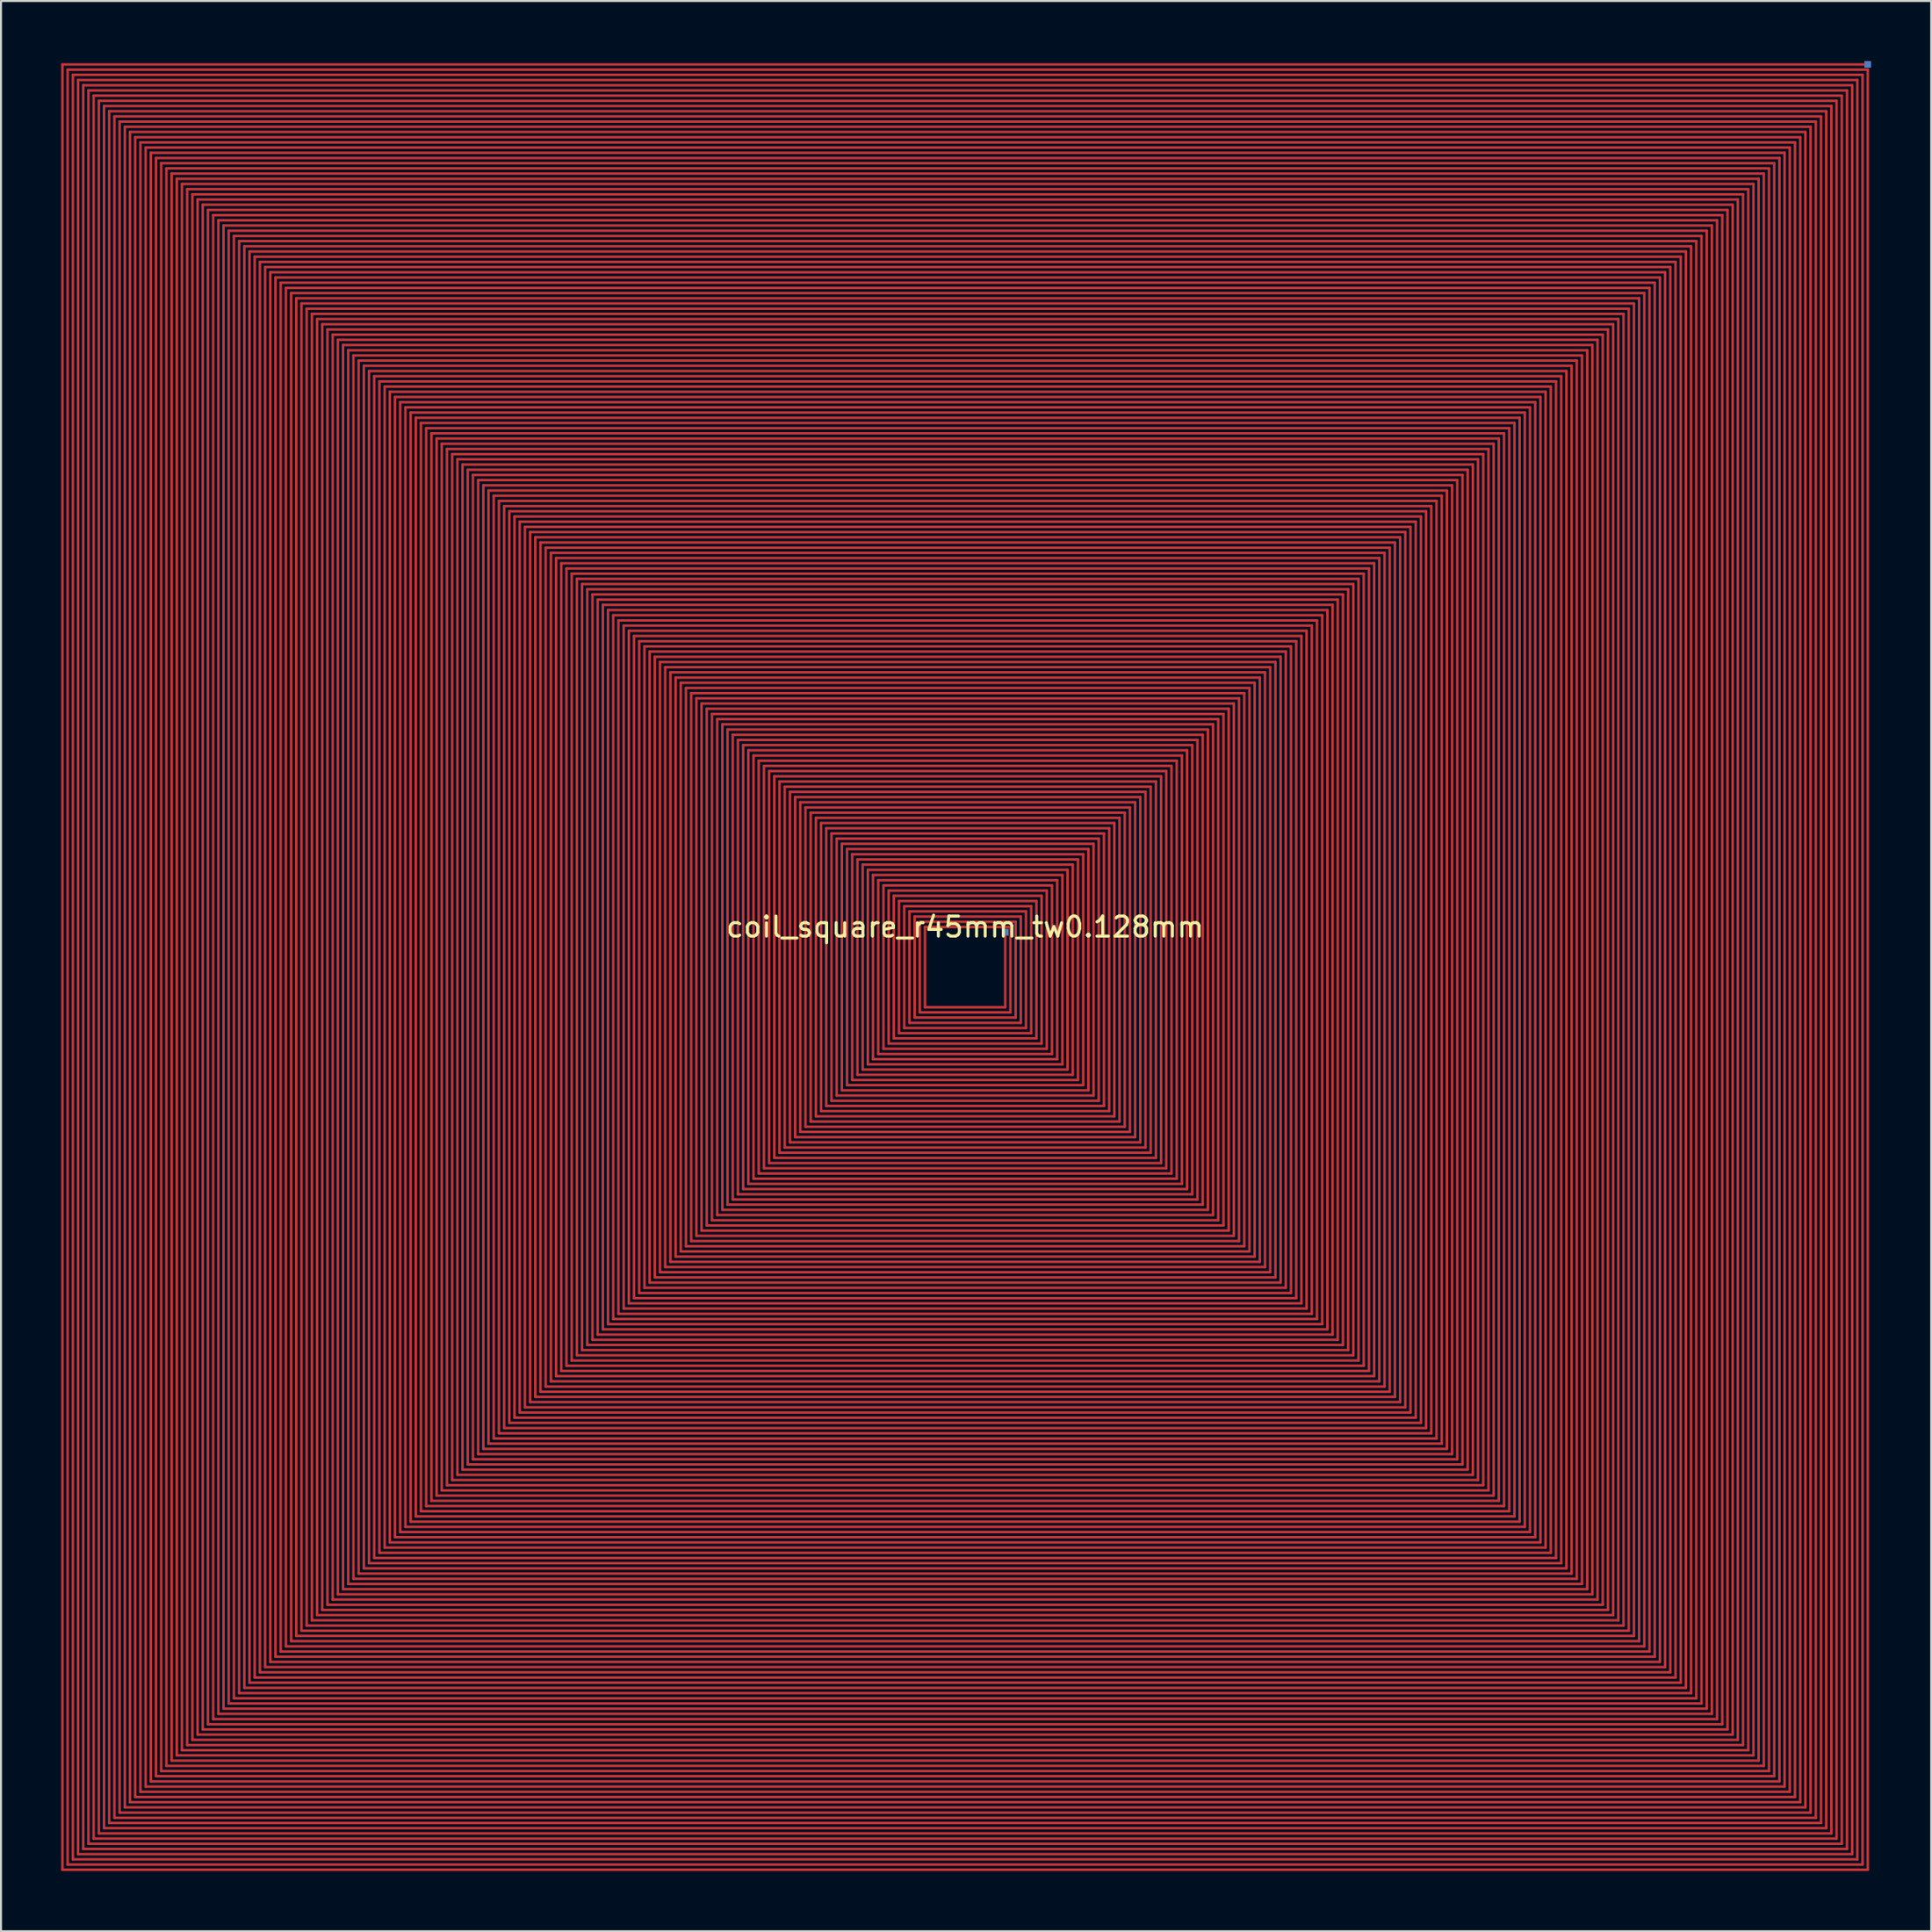
<source format=kicad_pcb>
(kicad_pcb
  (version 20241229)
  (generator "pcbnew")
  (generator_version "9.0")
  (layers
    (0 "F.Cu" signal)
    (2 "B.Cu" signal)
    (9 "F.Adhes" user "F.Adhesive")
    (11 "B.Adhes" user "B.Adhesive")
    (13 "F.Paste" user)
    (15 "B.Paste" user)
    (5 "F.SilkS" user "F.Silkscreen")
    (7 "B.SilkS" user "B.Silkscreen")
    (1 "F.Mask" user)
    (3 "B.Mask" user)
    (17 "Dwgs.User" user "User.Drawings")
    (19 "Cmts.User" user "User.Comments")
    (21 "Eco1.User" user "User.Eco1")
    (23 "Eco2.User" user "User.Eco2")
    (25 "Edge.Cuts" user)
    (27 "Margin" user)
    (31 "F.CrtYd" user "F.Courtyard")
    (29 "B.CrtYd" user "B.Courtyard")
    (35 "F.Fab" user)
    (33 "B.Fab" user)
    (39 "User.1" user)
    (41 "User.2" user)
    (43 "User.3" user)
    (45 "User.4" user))
  (footprint "coil_square_r45mm_tw0.128mm"
    (layer "F.Cu")
    (at 45.064 45.163)
    (property "Reference" "coil_square_r45mm_tw0.128mm" (at 0 -2 0) (layer "F.SilkS") (effects (font (size 1 1) (thickness 0.15))))
    (attr through_hole)
    (fp_line (start -45 -45) (end -45 45) (stroke (width 0.128) (type solid)) (layer "F.Cu"))
    (fp_line (start -45 45) (end 45 45) (stroke (width 0.128) (type solid)) (layer "F.Cu"))
    (fp_line (start -44.741 -44.741) (end -44.741 44.741) (stroke (width 0.128) (type solid)) (layer "F.Cu"))
    (fp_line (start -44.741 44.741) (end 44.741 44.741) (stroke (width 0.128) (type solid)) (layer "F.Cu"))
    (fp_line (start -44.482 -44.482) (end -44.482 44.482) (stroke (width 0.128) (type solid)) (layer "F.Cu"))
    (fp_line (start -44.482 44.482) (end 44.482 44.482) (stroke (width 0.128) (type solid)) (layer "F.Cu"))
    (fp_line (start -44.223 -44.223) (end -44.223 44.223) (stroke (width 0.128) (type solid)) (layer "F.Cu"))
    (fp_line (start -44.223 44.223) (end 44.223 44.223) (stroke (width 0.128) (type solid)) (layer "F.Cu"))
    (fp_line (start -43.964 -43.964) (end -43.964 43.964) (stroke (width 0.128) (type solid)) (layer "F.Cu"))
    (fp_line (start -43.964 43.964) (end 43.964 43.964) (stroke (width 0.128) (type solid)) (layer "F.Cu"))
    (fp_line (start -43.705 -43.705) (end -43.705 43.705) (stroke (width 0.128) (type solid)) (layer "F.Cu"))
    (fp_line (start -43.705 43.705) (end 43.705 43.705) (stroke (width 0.128) (type solid)) (layer "F.Cu"))
    (fp_line (start -43.446 -43.446) (end -43.446 43.446) (stroke (width 0.128) (type solid)) (layer "F.Cu"))
    (fp_line (start -43.446 43.446) (end 43.446 43.446) (stroke (width 0.128) (type solid)) (layer "F.Cu"))
    (fp_line (start -43.187 -43.187) (end -43.187 43.187) (stroke (width 0.128) (type solid)) (layer "F.Cu"))
    (fp_line (start -43.187 43.187) (end 43.187 43.187) (stroke (width 0.128) (type solid)) (layer "F.Cu"))
    (fp_line (start -42.928 -42.928) (end -42.928 42.928) (stroke (width 0.128) (type solid)) (layer "F.Cu"))
    (fp_line (start -42.928 42.928) (end 42.928 42.928) (stroke (width 0.128) (type solid)) (layer "F.Cu"))
    (fp_line (start -42.669 -42.669) (end -42.669 42.669) (stroke (width 0.128) (type solid)) (layer "F.Cu"))
    (fp_line (start -42.669 42.669) (end 42.669 42.669) (stroke (width 0.128) (type solid)) (layer "F.Cu"))
    (fp_line (start -42.41 -42.41) (end -42.41 42.41) (stroke (width 0.128) (type solid)) (layer "F.Cu"))
    (fp_line (start -42.41 42.41) (end 42.41 42.41) (stroke (width 0.128) (type solid)) (layer "F.Cu"))
    (fp_line (start -42.151 -42.151) (end -42.151 42.151) (stroke (width 0.128) (type solid)) (layer "F.Cu"))
    (fp_line (start -42.151 42.151) (end 42.151 42.151) (stroke (width 0.128) (type solid)) (layer "F.Cu"))
    (fp_line (start -41.892 -41.892) (end -41.892 41.892) (stroke (width 0.128) (type solid)) (layer "F.Cu"))
    (fp_line (start -41.892 41.892) (end 41.892 41.892) (stroke (width 0.128) (type solid)) (layer "F.Cu"))
    (fp_line (start -41.633 -41.633) (end -41.633 41.633) (stroke (width 0.128) (type solid)) (layer "F.Cu"))
    (fp_line (start -41.633 41.633) (end 41.633 41.633) (stroke (width 0.128) (type solid)) (layer "F.Cu"))
    (fp_line (start -41.373 -41.373) (end -41.373 41.373) (stroke (width 0.128) (type solid)) (layer "F.Cu"))
    (fp_line (start -41.373 41.373) (end 41.373 41.373) (stroke (width 0.128) (type solid)) (layer "F.Cu"))
    (fp_line (start -41.114 -41.114) (end -41.114 41.114) (stroke (width 0.128) (type solid)) (layer "F.Cu"))
    (fp_line (start -41.114 41.114) (end 41.114 41.114) (stroke (width 0.128) (type solid)) (layer "F.Cu"))
    (fp_line (start -40.855 -40.855) (end -40.855 40.855) (stroke (width 0.128) (type solid)) (layer "F.Cu"))
    (fp_line (start -40.855 40.855) (end 40.855 40.855) (stroke (width 0.128) (type solid)) (layer "F.Cu"))
    (fp_line (start -40.596 -40.596) (end -40.596 40.596) (stroke (width 0.128) (type solid)) (layer "F.Cu"))
    (fp_line (start -40.596 40.596) (end 40.596 40.596) (stroke (width 0.128) (type solid)) (layer "F.Cu"))
    (fp_line (start -40.337 -40.337) (end -40.337 40.337) (stroke (width 0.128) (type solid)) (layer "F.Cu"))
    (fp_line (start -40.337 40.337) (end 40.337 40.337) (stroke (width 0.128) (type solid)) (layer "F.Cu"))
    (fp_line (start -40.078 -40.078) (end -40.078 40.078) (stroke (width 0.128) (type solid)) (layer "F.Cu"))
    (fp_line (start -40.078 40.078) (end 40.078 40.078) (stroke (width 0.128) (type solid)) (layer "F.Cu"))
    (fp_line (start -39.819 -39.819) (end -39.819 39.819) (stroke (width 0.128) (type solid)) (layer "F.Cu"))
    (fp_line (start -39.819 39.819) (end 39.819 39.819) (stroke (width 0.128) (type solid)) (layer "F.Cu"))
    (fp_line (start -39.56 -39.56) (end -39.56 39.56) (stroke (width 0.128) (type solid)) (layer "F.Cu"))
    (fp_line (start -39.56 39.56) (end 39.56 39.56) (stroke (width 0.128) (type solid)) (layer "F.Cu"))
    (fp_line (start -39.301 -39.301) (end -39.301 39.301) (stroke (width 0.128) (type solid)) (layer "F.Cu"))
    (fp_line (start -39.301 39.301) (end 39.301 39.301) (stroke (width 0.128) (type solid)) (layer "F.Cu"))
    (fp_line (start -39.042 -39.042) (end -39.042 39.042) (stroke (width 0.128) (type solid)) (layer "F.Cu"))
    (fp_line (start -39.042 39.042) (end 39.042 39.042) (stroke (width 0.128) (type solid)) (layer "F.Cu"))
    (fp_line (start -38.783 -38.783) (end -38.783 38.783) (stroke (width 0.128) (type solid)) (layer "F.Cu"))
    (fp_line (start -38.783 38.783) (end 38.783 38.783) (stroke (width 0.128) (type solid)) (layer "F.Cu"))
    (fp_line (start -38.524 -38.524) (end -38.524 38.524) (stroke (width 0.128) (type solid)) (layer "F.Cu"))
    (fp_line (start -38.524 38.524) (end 38.524 38.524) (stroke (width 0.128) (type solid)) (layer "F.Cu"))
    (fp_line (start -38.265 -38.265) (end -38.265 38.265) (stroke (width 0.128) (type solid)) (layer "F.Cu"))
    (fp_line (start -38.265 38.265) (end 38.265 38.265) (stroke (width 0.128) (type solid)) (layer "F.Cu"))
    (fp_line (start -38.006 -38.006) (end -38.006 38.006) (stroke (width 0.128) (type solid)) (layer "F.Cu"))
    (fp_line (start -38.006 38.006) (end 38.006 38.006) (stroke (width 0.128) (type solid)) (layer "F.Cu"))
    (fp_line (start -37.747 -37.747) (end -37.747 37.747) (stroke (width 0.128) (type solid)) (layer "F.Cu"))
    (fp_line (start -37.747 37.747) (end 37.747 37.747) (stroke (width 0.128) (type solid)) (layer "F.Cu"))
    (fp_line (start -37.488 -37.488) (end -37.488 37.488) (stroke (width 0.128) (type solid)) (layer "F.Cu"))
    (fp_line (start -37.488 37.488) (end 37.488 37.488) (stroke (width 0.128) (type solid)) (layer "F.Cu"))
    (fp_line (start -37.229 -37.229) (end -37.229 37.229) (stroke (width 0.128) (type solid)) (layer "F.Cu"))
    (fp_line (start -37.229 37.229) (end 37.229 37.229) (stroke (width 0.128) (type solid)) (layer "F.Cu"))
    (fp_line (start -36.97 -36.97) (end -36.97 36.97) (stroke (width 0.128) (type solid)) (layer "F.Cu"))
    (fp_line (start -36.97 36.97) (end 36.97 36.97) (stroke (width 0.128) (type solid)) (layer "F.Cu"))
    (fp_line (start -36.711 -36.711) (end -36.711 36.711) (stroke (width 0.128) (type solid)) (layer "F.Cu"))
    (fp_line (start -36.711 36.711) (end 36.711 36.711) (stroke (width 0.128) (type solid)) (layer "F.Cu"))
    (fp_line (start -36.452 -36.452) (end -36.452 36.452) (stroke (width 0.128) (type solid)) (layer "F.Cu"))
    (fp_line (start -36.452 36.452) (end 36.452 36.452) (stroke (width 0.128) (type solid)) (layer "F.Cu"))
    (fp_line (start -36.193 -36.193) (end -36.193 36.193) (stroke (width 0.128) (type solid)) (layer "F.Cu"))
    (fp_line (start -36.193 36.193) (end 36.193 36.193) (stroke (width 0.128) (type solid)) (layer "F.Cu"))
    (fp_line (start -35.934 -35.934) (end -35.934 35.934) (stroke (width 0.128) (type solid)) (layer "F.Cu"))
    (fp_line (start -35.934 35.934) (end 35.934 35.934) (stroke (width 0.128) (type solid)) (layer "F.Cu"))
    (fp_line (start -35.675 -35.675) (end -35.675 35.675) (stroke (width 0.128) (type solid)) (layer "F.Cu"))
    (fp_line (start -35.675 35.675) (end 35.675 35.675) (stroke (width 0.128) (type solid)) (layer "F.Cu"))
    (fp_line (start -35.416 -35.416) (end -35.416 35.416) (stroke (width 0.128) (type solid)) (layer "F.Cu"))
    (fp_line (start -35.416 35.416) (end 35.416 35.416) (stroke (width 0.128) (type solid)) (layer "F.Cu"))
    (fp_line (start -35.157 -35.157) (end -35.157 35.157) (stroke (width 0.128) (type solid)) (layer "F.Cu"))
    (fp_line (start -35.157 35.157) (end 35.157 35.157) (stroke (width 0.128) (type solid)) (layer "F.Cu"))
    (fp_line (start -34.898 -34.898) (end -34.898 34.898) (stroke (width 0.128) (type solid)) (layer "F.Cu"))
    (fp_line (start -34.898 34.898) (end 34.898 34.898) (stroke (width 0.128) (type solid)) (layer "F.Cu"))
    (fp_line (start -34.639 -34.639) (end -34.639 34.639) (stroke (width 0.128) (type solid)) (layer "F.Cu"))
    (fp_line (start -34.639 34.639) (end 34.639 34.639) (stroke (width 0.128) (type solid)) (layer "F.Cu"))
    (fp_line (start -34.38 -34.38) (end -34.38 34.38) (stroke (width 0.128) (type solid)) (layer "F.Cu"))
    (fp_line (start -34.38 34.38) (end 34.38 34.38) (stroke (width 0.128) (type solid)) (layer "F.Cu"))
    (fp_line (start -34.12 -34.12) (end -34.12 34.12) (stroke (width 0.128) (type solid)) (layer "F.Cu"))
    (fp_line (start -34.12 34.12) (end 34.12 34.12) (stroke (width 0.128) (type solid)) (layer "F.Cu"))
    (fp_line (start -33.861 -33.861) (end -33.861 33.861) (stroke (width 0.128) (type solid)) (layer "F.Cu"))
    (fp_line (start -33.861 33.861) (end 33.861 33.861) (stroke (width 0.128) (type solid)) (layer "F.Cu"))
    (fp_line (start -33.602 -33.602) (end -33.602 33.602) (stroke (width 0.128) (type solid)) (layer "F.Cu"))
    (fp_line (start -33.602 33.602) (end 33.602 33.602) (stroke (width 0.128) (type solid)) (layer "F.Cu"))
    (fp_line (start -33.343 -33.343) (end -33.343 33.343) (stroke (width 0.128) (type solid)) (layer "F.Cu"))
    (fp_line (start -33.343 33.343) (end 33.343 33.343) (stroke (width 0.128) (type solid)) (layer "F.Cu"))
    (fp_line (start -33.084 -33.084) (end -33.084 33.084) (stroke (width 0.128) (type solid)) (layer "F.Cu"))
    (fp_line (start -33.084 33.084) (end 33.084 33.084) (stroke (width 0.128) (type solid)) (layer "F.Cu"))
    (fp_line (start -32.825 -32.825) (end -32.825 32.825) (stroke (width 0.128) (type solid)) (layer "F.Cu"))
    (fp_line (start -32.825 32.825) (end 32.825 32.825) (stroke (width 0.128) (type solid)) (layer "F.Cu"))
    (fp_line (start -32.566 -32.566) (end -32.566 32.566) (stroke (width 0.128) (type solid)) (layer "F.Cu"))
    (fp_line (start -32.566 32.566) (end 32.566 32.566) (stroke (width 0.128) (type solid)) (layer "F.Cu"))
    (fp_line (start -32.307 -32.307) (end -32.307 32.307) (stroke (width 0.128) (type solid)) (layer "F.Cu"))
    (fp_line (start -32.307 32.307) (end 32.307 32.307) (stroke (width 0.128) (type solid)) (layer "F.Cu"))
    (fp_line (start -32.048 -32.048) (end -32.048 32.048) (stroke (width 0.128) (type solid)) (layer "F.Cu"))
    (fp_line (start -32.048 32.048) (end 32.048 32.048) (stroke (width 0.128) (type solid)) (layer "F.Cu"))
    (fp_line (start -31.789 -31.789) (end -31.789 31.789) (stroke (width 0.128) (type solid)) (layer "F.Cu"))
    (fp_line (start -31.789 31.789) (end 31.789 31.789) (stroke (width 0.128) (type solid)) (layer "F.Cu"))
    (fp_line (start -31.53 -31.53) (end -31.53 31.53) (stroke (width 0.128) (type solid)) (layer "F.Cu"))
    (fp_line (start -31.53 31.53) (end 31.53 31.53) (stroke (width 0.128) (type solid)) (layer "F.Cu"))
    (fp_line (start -31.271 -31.271) (end -31.271 31.271) (stroke (width 0.128) (type solid)) (layer "F.Cu"))
    (fp_line (start -31.271 31.271) (end 31.271 31.271) (stroke (width 0.128) (type solid)) (layer "F.Cu"))
    (fp_line (start -31.012 -31.012) (end -31.012 31.012) (stroke (width 0.128) (type solid)) (layer "F.Cu"))
    (fp_line (start -31.012 31.012) (end 31.012 31.012) (stroke (width 0.128) (type solid)) (layer "F.Cu"))
    (fp_line (start -30.753 -30.753) (end -30.753 30.753) (stroke (width 0.128) (type solid)) (layer "F.Cu"))
    (fp_line (start -30.753 30.753) (end 30.753 30.753) (stroke (width 0.128) (type solid)) (layer "F.Cu"))
    (fp_line (start -30.494 -30.494) (end -30.494 30.494) (stroke (width 0.128) (type solid)) (layer "F.Cu"))
    (fp_line (start -30.494 30.494) (end 30.494 30.494) (stroke (width 0.128) (type solid)) (layer "F.Cu"))
    (fp_line (start -30.235 -30.235) (end -30.235 30.235) (stroke (width 0.128) (type solid)) (layer "F.Cu"))
    (fp_line (start -30.235 30.235) (end 30.235 30.235) (stroke (width 0.128) (type solid)) (layer "F.Cu"))
    (fp_line (start -29.976 -29.976) (end -29.976 29.976) (stroke (width 0.128) (type solid)) (layer "F.Cu"))
    (fp_line (start -29.976 29.976) (end 29.976 29.976) (stroke (width 0.128) (type solid)) (layer "F.Cu"))
    (fp_line (start -29.717 -29.717) (end -29.717 29.717) (stroke (width 0.128) (type solid)) (layer "F.Cu"))
    (fp_line (start -29.717 29.717) (end 29.717 29.717) (stroke (width 0.128) (type solid)) (layer "F.Cu"))
    (fp_line (start -29.458 -29.458) (end -29.458 29.458) (stroke (width 0.128) (type solid)) (layer "F.Cu"))
    (fp_line (start -29.458 29.458) (end 29.458 29.458) (stroke (width 0.128) (type solid)) (layer "F.Cu"))
    (fp_line (start -29.199 -29.199) (end -29.199 29.199) (stroke (width 0.128) (type solid)) (layer "F.Cu"))
    (fp_line (start -29.199 29.199) (end 29.199 29.199) (stroke (width 0.128) (type solid)) (layer "F.Cu"))
    (fp_line (start -28.94 -28.94) (end -28.94 28.94) (stroke (width 0.128) (type solid)) (layer "F.Cu"))
    (fp_line (start -28.94 28.94) (end 28.94 28.94) (stroke (width 0.128) (type solid)) (layer "F.Cu"))
    (fp_line (start -28.681 -28.681) (end -28.681 28.681) (stroke (width 0.128) (type solid)) (layer "F.Cu"))
    (fp_line (start -28.681 28.681) (end 28.681 28.681) (stroke (width 0.128) (type solid)) (layer "F.Cu"))
    (fp_line (start -28.422 -28.422) (end -28.422 28.422) (stroke (width 0.128) (type solid)) (layer "F.Cu"))
    (fp_line (start -28.422 28.422) (end 28.422 28.422) (stroke (width 0.128) (type solid)) (layer "F.Cu"))
    (fp_line (start -28.163 -28.163) (end -28.163 28.163) (stroke (width 0.128) (type solid)) (layer "F.Cu"))
    (fp_line (start -28.163 28.163) (end 28.163 28.163) (stroke (width 0.128) (type solid)) (layer "F.Cu"))
    (fp_line (start -27.904 -27.904) (end -27.904 27.904) (stroke (width 0.128) (type solid)) (layer "F.Cu"))
    (fp_line (start -27.904 27.904) (end 27.904 27.904) (stroke (width 0.128) (type solid)) (layer "F.Cu"))
    (fp_line (start -27.645 -27.645) (end -27.645 27.645) (stroke (width 0.128) (type solid)) (layer "F.Cu"))
    (fp_line (start -27.645 27.645) (end 27.645 27.645) (stroke (width 0.128) (type solid)) (layer "F.Cu"))
    (fp_line (start -27.386 -27.386) (end -27.386 27.386) (stroke (width 0.128) (type solid)) (layer "F.Cu"))
    (fp_line (start -27.386 27.386) (end 27.386 27.386) (stroke (width 0.128) (type solid)) (layer "F.Cu"))
    (fp_line (start -27.127 -27.127) (end -27.127 27.127) (stroke (width 0.128) (type solid)) (layer "F.Cu"))
    (fp_line (start -27.127 27.127) (end 27.127 27.127) (stroke (width 0.128) (type solid)) (layer "F.Cu"))
    (fp_line (start -26.867 -26.867) (end -26.867 26.867) (stroke (width 0.128) (type solid)) (layer "F.Cu"))
    (fp_line (start -26.867 26.867) (end 26.867 26.867) (stroke (width 0.128) (type solid)) (layer "F.Cu"))
    (fp_line (start -26.608 -26.608) (end -26.608 26.608) (stroke (width 0.128) (type solid)) (layer "F.Cu"))
    (fp_line (start -26.608 26.608) (end 26.608 26.608) (stroke (width 0.128) (type solid)) (layer "F.Cu"))
    (fp_line (start -26.349 -26.349) (end -26.349 26.349) (stroke (width 0.128) (type solid)) (layer "F.Cu"))
    (fp_line (start -26.349 26.349) (end 26.349 26.349) (stroke (width 0.128) (type solid)) (layer "F.Cu"))
    (fp_line (start -26.09 -26.09) (end -26.09 26.09) (stroke (width 0.128) (type solid)) (layer "F.Cu"))
    (fp_line (start -26.09 26.09) (end 26.09 26.09) (stroke (width 0.128) (type solid)) (layer "F.Cu"))
    (fp_line (start -25.831 -25.831) (end -25.831 25.831) (stroke (width 0.128) (type solid)) (layer "F.Cu"))
    (fp_line (start -25.831 25.831) (end 25.831 25.831) (stroke (width 0.128) (type solid)) (layer "F.Cu"))
    (fp_line (start -25.572 -25.572) (end -25.572 25.572) (stroke (width 0.128) (type solid)) (layer "F.Cu"))
    (fp_line (start -25.572 25.572) (end 25.572 25.572) (stroke (width 0.128) (type solid)) (layer "F.Cu"))
    (fp_line (start -25.313 -25.313) (end -25.313 25.313) (stroke (width 0.128) (type solid)) (layer "F.Cu"))
    (fp_line (start -25.313 25.313) (end 25.313 25.313) (stroke (width 0.128) (type solid)) (layer "F.Cu"))
    (fp_line (start -25.054 -25.054) (end -25.054 25.054) (stroke (width 0.128) (type solid)) (layer "F.Cu"))
    (fp_line (start -25.054 25.054) (end 25.054 25.054) (stroke (width 0.128) (type solid)) (layer "F.Cu"))
    (fp_line (start -24.795 -24.795) (end -24.795 24.795) (stroke (width 0.128) (type solid)) (layer "F.Cu"))
    (fp_line (start -24.795 24.795) (end 24.795 24.795) (stroke (width 0.128) (type solid)) (layer "F.Cu"))
    (fp_line (start -24.536 -24.536) (end -24.536 24.536) (stroke (width 0.128) (type solid)) (layer "F.Cu"))
    (fp_line (start -24.536 24.536) (end 24.536 24.536) (stroke (width 0.128) (type solid)) (layer "F.Cu"))
    (fp_line (start -24.277 -24.277) (end -24.277 24.277) (stroke (width 0.128) (type solid)) (layer "F.Cu"))
    (fp_line (start -24.277 24.277) (end 24.277 24.277) (stroke (width 0.128) (type solid)) (layer "F.Cu"))
    (fp_line (start -24.018 -24.018) (end -24.018 24.018) (stroke (width 0.128) (type solid)) (layer "F.Cu"))
    (fp_line (start -24.018 24.018) (end 24.018 24.018) (stroke (width 0.128) (type solid)) (layer "F.Cu"))
    (fp_line (start -23.759 -23.759) (end -23.759 23.759) (stroke (width 0.128) (type solid)) (layer "F.Cu"))
    (fp_line (start -23.759 23.759) (end 23.759 23.759) (stroke (width 0.128) (type solid)) (layer "F.Cu"))
    (fp_line (start -23.5 -23.5) (end -23.5 23.5) (stroke (width 0.128) (type solid)) (layer "F.Cu"))
    (fp_line (start -23.5 23.5) (end 23.5 23.5) (stroke (width 0.128) (type solid)) (layer "F.Cu"))
    (fp_line (start -23.241 -23.241) (end -23.241 23.241) (stroke (width 0.128) (type solid)) (layer "F.Cu"))
    (fp_line (start -23.241 23.241) (end 23.241 23.241) (stroke (width 0.128) (type solid)) (layer "F.Cu"))
    (fp_line (start -22.982 -22.982) (end -22.982 22.982) (stroke (width 0.128) (type solid)) (layer "F.Cu"))
    (fp_line (start -22.982 22.982) (end 22.982 22.982) (stroke (width 0.128) (type solid)) (layer "F.Cu"))
    (fp_line (start -22.723 -22.723) (end -22.723 22.723) (stroke (width 0.128) (type solid)) (layer "F.Cu"))
    (fp_line (start -22.723 22.723) (end 22.723 22.723) (stroke (width 0.128) (type solid)) (layer "F.Cu"))
    (fp_line (start -22.464 -22.464) (end -22.464 22.464) (stroke (width 0.128) (type solid)) (layer "F.Cu"))
    (fp_line (start -22.464 22.464) (end 22.464 22.464) (stroke (width 0.128) (type solid)) (layer "F.Cu"))
    (fp_line (start -22.205 -22.205) (end -22.205 22.205) (stroke (width 0.128) (type solid)) (layer "F.Cu"))
    (fp_line (start -22.205 22.205) (end 22.205 22.205) (stroke (width 0.128) (type solid)) (layer "F.Cu"))
    (fp_line (start -21.946 -21.946) (end -21.946 21.946) (stroke (width 0.128) (type solid)) (layer "F.Cu"))
    (fp_line (start -21.946 21.946) (end 21.946 21.946) (stroke (width 0.128) (type solid)) (layer "F.Cu"))
    (fp_line (start -21.687 -21.687) (end -21.687 21.687) (stroke (width 0.128) (type solid)) (layer "F.Cu"))
    (fp_line (start -21.687 21.687) (end 21.687 21.687) (stroke (width 0.128) (type solid)) (layer "F.Cu"))
    (fp_line (start -21.428 -21.428) (end -21.428 21.428) (stroke (width 0.128) (type solid)) (layer "F.Cu"))
    (fp_line (start -21.428 21.428) (end 21.428 21.428) (stroke (width 0.128) (type solid)) (layer "F.Cu"))
    (fp_line (start -21.169 -21.169) (end -21.169 21.169) (stroke (width 0.128) (type solid)) (layer "F.Cu"))
    (fp_line (start -21.169 21.169) (end 21.169 21.169) (stroke (width 0.128) (type solid)) (layer "F.Cu"))
    (fp_line (start -20.91 -20.91) (end -20.91 20.91) (stroke (width 0.128) (type solid)) (layer "F.Cu"))
    (fp_line (start -20.91 20.91) (end 20.91 20.91) (stroke (width 0.128) (type solid)) (layer "F.Cu"))
    (fp_line (start -20.651 -20.651) (end -20.651 20.651) (stroke (width 0.128) (type solid)) (layer "F.Cu"))
    (fp_line (start -20.651 20.651) (end 20.651 20.651) (stroke (width 0.128) (type solid)) (layer "F.Cu"))
    (fp_line (start -20.392 -20.392) (end -20.392 20.392) (stroke (width 0.128) (type solid)) (layer "F.Cu"))
    (fp_line (start -20.392 20.392) (end 20.392 20.392) (stroke (width 0.128) (type solid)) (layer "F.Cu"))
    (fp_line (start -20.133 -20.133) (end -20.133 20.133) (stroke (width 0.128) (type solid)) (layer "F.Cu"))
    (fp_line (start -20.133 20.133) (end 20.133 20.133) (stroke (width 0.128) (type solid)) (layer "F.Cu"))
    (fp_line (start -19.873 -19.873) (end -19.873 19.873) (stroke (width 0.128) (type solid)) (layer "F.Cu"))
    (fp_line (start -19.873 19.873) (end 19.873 19.873) (stroke (width 0.128) (type solid)) (layer "F.Cu"))
    (fp_line (start -19.614 -19.614) (end -19.614 19.614) (stroke (width 0.128) (type solid)) (layer "F.Cu"))
    (fp_line (start -19.614 19.614) (end 19.614 19.614) (stroke (width 0.128) (type solid)) (layer "F.Cu"))
    (fp_line (start -19.355 -19.355) (end -19.355 19.355) (stroke (width 0.128) (type solid)) (layer "F.Cu"))
    (fp_line (start -19.355 19.355) (end 19.355 19.355) (stroke (width 0.128) (type solid)) (layer "F.Cu"))
    (fp_line (start -19.096 -19.096) (end -19.096 19.096) (stroke (width 0.128) (type solid)) (layer "F.Cu"))
    (fp_line (start -19.096 19.096) (end 19.096 19.096) (stroke (width 0.128) (type solid)) (layer "F.Cu"))
    (fp_line (start -18.837 -18.837) (end -18.837 18.837) (stroke (width 0.128) (type solid)) (layer "F.Cu"))
    (fp_line (start -18.837 18.837) (end 18.837 18.837) (stroke (width 0.128) (type solid)) (layer "F.Cu"))
    (fp_line (start -18.578 -18.578) (end -18.578 18.578) (stroke (width 0.128) (type solid)) (layer "F.Cu"))
    (fp_line (start -18.578 18.578) (end 18.578 18.578) (stroke (width 0.128) (type solid)) (layer "F.Cu"))
    (fp_line (start -18.319 -18.319) (end -18.319 18.319) (stroke (width 0.128) (type solid)) (layer "F.Cu"))
    (fp_line (start -18.319 18.319) (end 18.319 18.319) (stroke (width 0.128) (type solid)) (layer "F.Cu"))
    (fp_line (start -18.06 -18.06) (end -18.06 18.06) (stroke (width 0.128) (type solid)) (layer "F.Cu"))
    (fp_line (start -18.06 18.06) (end 18.06 18.06) (stroke (width 0.128) (type solid)) (layer "F.Cu"))
    (fp_line (start -17.801 -17.801) (end -17.801 17.801) (stroke (width 0.128) (type solid)) (layer "F.Cu"))
    (fp_line (start -17.801 17.801) (end 17.801 17.801) (stroke (width 0.128) (type solid)) (layer "F.Cu"))
    (fp_line (start -17.542 -17.542) (end -17.542 17.542) (stroke (width 0.128) (type solid)) (layer "F.Cu"))
    (fp_line (start -17.542 17.542) (end 17.542 17.542) (stroke (width 0.128) (type solid)) (layer "F.Cu"))
    (fp_line (start -17.283 -17.283) (end -17.283 17.283) (stroke (width 0.128) (type solid)) (layer "F.Cu"))
    (fp_line (start -17.283 17.283) (end 17.283 17.283) (stroke (width 0.128) (type solid)) (layer "F.Cu"))
    (fp_line (start -17.024 -17.024) (end -17.024 17.024) (stroke (width 0.128) (type solid)) (layer "F.Cu"))
    (fp_line (start -17.024 17.024) (end 17.024 17.024) (stroke (width 0.128) (type solid)) (layer "F.Cu"))
    (fp_line (start -16.765 -16.765) (end -16.765 16.765) (stroke (width 0.128) (type solid)) (layer "F.Cu"))
    (fp_line (start -16.765 16.765) (end 16.765 16.765) (stroke (width 0.128) (type solid)) (layer "F.Cu"))
    (fp_line (start -16.506 -16.506) (end -16.506 16.506) (stroke (width 0.128) (type solid)) (layer "F.Cu"))
    (fp_line (start -16.506 16.506) (end 16.506 16.506) (stroke (width 0.128) (type solid)) (layer "F.Cu"))
    (fp_line (start -16.247 -16.247) (end -16.247 16.247) (stroke (width 0.128) (type solid)) (layer "F.Cu"))
    (fp_line (start -16.247 16.247) (end 16.247 16.247) (stroke (width 0.128) (type solid)) (layer "F.Cu"))
    (fp_line (start -15.988 -15.988) (end -15.988 15.988) (stroke (width 0.128) (type solid)) (layer "F.Cu"))
    (fp_line (start -15.988 15.988) (end 15.988 15.988) (stroke (width 0.128) (type solid)) (layer "F.Cu"))
    (fp_line (start -15.729 -15.729) (end -15.729 15.729) (stroke (width 0.128) (type solid)) (layer "F.Cu"))
    (fp_line (start -15.729 15.729) (end 15.729 15.729) (stroke (width 0.128) (type solid)) (layer "F.Cu"))
    (fp_line (start -15.47 -15.47) (end -15.47 15.47) (stroke (width 0.128) (type solid)) (layer "F.Cu"))
    (fp_line (start -15.47 15.47) (end 15.47 15.47) (stroke (width 0.128) (type solid)) (layer "F.Cu"))
    (fp_line (start -15.211 -15.211) (end -15.211 15.211) (stroke (width 0.128) (type solid)) (layer "F.Cu"))
    (fp_line (start -15.211 15.211) (end 15.211 15.211) (stroke (width 0.128) (type solid)) (layer "F.Cu"))
    (fp_line (start -14.952 -14.952) (end -14.952 14.952) (stroke (width 0.128) (type solid)) (layer "F.Cu"))
    (fp_line (start -14.952 14.952) (end 14.952 14.952) (stroke (width 0.128) (type solid)) (layer "F.Cu"))
    (fp_line (start -14.693 -14.693) (end -14.693 14.693) (stroke (width 0.128) (type solid)) (layer "F.Cu"))
    (fp_line (start -14.693 14.693) (end 14.693 14.693) (stroke (width 0.128) (type solid)) (layer "F.Cu"))
    (fp_line (start -14.434 -14.434) (end -14.434 14.434) (stroke (width 0.128) (type solid)) (layer "F.Cu"))
    (fp_line (start -14.434 14.434) (end 14.434 14.434) (stroke (width 0.128) (type solid)) (layer "F.Cu"))
    (fp_line (start -14.175 -14.175) (end -14.175 14.175) (stroke (width 0.128) (type solid)) (layer "F.Cu"))
    (fp_line (start -14.175 14.175) (end 14.175 14.175) (stroke (width 0.128) (type solid)) (layer "F.Cu"))
    (fp_line (start -13.916 -13.916) (end -13.916 13.916) (stroke (width 0.128) (type solid)) (layer "F.Cu"))
    (fp_line (start -13.916 13.916) (end 13.916 13.916) (stroke (width 0.128) (type solid)) (layer "F.Cu"))
    (fp_line (start -13.657 -13.657) (end -13.657 13.657) (stroke (width 0.128) (type solid)) (layer "F.Cu"))
    (fp_line (start -13.657 13.657) (end 13.657 13.657) (stroke (width 0.128) (type solid)) (layer "F.Cu"))
    (fp_line (start -13.398 -13.398) (end -13.398 13.398) (stroke (width 0.128) (type solid)) (layer "F.Cu"))
    (fp_line (start -13.398 13.398) (end 13.398 13.398) (stroke (width 0.128) (type solid)) (layer "F.Cu"))
    (fp_line (start -13.139 -13.139) (end -13.139 13.139) (stroke (width 0.128) (type solid)) (layer "F.Cu"))
    (fp_line (start -13.139 13.139) (end 13.139 13.139) (stroke (width 0.128) (type solid)) (layer "F.Cu"))
    (fp_line (start -12.88 -12.88) (end -12.88 12.88) (stroke (width 0.128) (type solid)) (layer "F.Cu"))
    (fp_line (start -12.88 12.88) (end 12.88 12.88) (stroke (width 0.128) (type solid)) (layer "F.Cu"))
    (fp_line (start -12.62 -12.62) (end -12.62 12.62) (stroke (width 0.128) (type solid)) (layer "F.Cu"))
    (fp_line (start -12.62 12.62) (end 12.62 12.62) (stroke (width 0.128) (type solid)) (layer "F.Cu"))
    (fp_line (start -12.361 -12.361) (end -12.361 12.361) (stroke (width 0.128) (type solid)) (layer "F.Cu"))
    (fp_line (start -12.361 12.361) (end 12.361 12.361) (stroke (width 0.128) (type solid)) (layer "F.Cu"))
    (fp_line (start -12.102 -12.102) (end -12.102 12.102) (stroke (width 0.128) (type solid)) (layer "F.Cu"))
    (fp_line (start -12.102 12.102) (end 12.102 12.102) (stroke (width 0.128) (type solid)) (layer "F.Cu"))
    (fp_line (start -11.843 -11.843) (end -11.843 11.843) (stroke (width 0.128) (type solid)) (layer "F.Cu"))
    (fp_line (start -11.843 11.843) (end 11.843 11.843) (stroke (width 0.128) (type solid)) (layer "F.Cu"))
    (fp_line (start -11.584 -11.584) (end -11.584 11.584) (stroke (width 0.128) (type solid)) (layer "F.Cu"))
    (fp_line (start -11.584 11.584) (end 11.584 11.584) (stroke (width 0.128) (type solid)) (layer "F.Cu"))
    (fp_line (start -11.325 -11.325) (end -11.325 11.325) (stroke (width 0.128) (type solid)) (layer "F.Cu"))
    (fp_line (start -11.325 11.325) (end 11.325 11.325) (stroke (width 0.128) (type solid)) (layer "F.Cu"))
    (fp_line (start -11.066 -11.066) (end -11.066 11.066) (stroke (width 0.128) (type solid)) (layer "F.Cu"))
    (fp_line (start -11.066 11.066) (end 11.066 11.066) (stroke (width 0.128) (type solid)) (layer "F.Cu"))
    (fp_line (start -10.807 -10.807) (end -10.807 10.807) (stroke (width 0.128) (type solid)) (layer "F.Cu"))
    (fp_line (start -10.807 10.807) (end 10.807 10.807) (stroke (width 0.128) (type solid)) (layer "F.Cu"))
    (fp_line (start -10.548 -10.548) (end -10.548 10.548) (stroke (width 0.128) (type solid)) (layer "F.Cu"))
    (fp_line (start -10.548 10.548) (end 10.548 10.548) (stroke (width 0.128) (type solid)) (layer "F.Cu"))
    (fp_line (start -10.289 -10.289) (end -10.289 10.289) (stroke (width 0.128) (type solid)) (layer "F.Cu"))
    (fp_line (start -10.289 10.289) (end 10.289 10.289) (stroke (width 0.128) (type solid)) (layer "F.Cu"))
    (fp_line (start -10.03 -10.03) (end -10.03 10.03) (stroke (width 0.128) (type solid)) (layer "F.Cu"))
    (fp_line (start -10.03 10.03) (end 10.03 10.03) (stroke (width 0.128) (type solid)) (layer "F.Cu"))
    (fp_line (start -9.771 -9.771) (end -9.771 9.771) (stroke (width 0.128) (type solid)) (layer "F.Cu"))
    (fp_line (start -9.771 9.771) (end 9.771 9.771) (stroke (width 0.128) (type solid)) (layer "F.Cu"))
    (fp_line (start -9.512 -9.512) (end -9.512 9.512) (stroke (width 0.128) (type solid)) (layer "F.Cu"))
    (fp_line (start -9.512 9.512) (end 9.512 9.512) (stroke (width 0.128) (type solid)) (layer "F.Cu"))
    (fp_line (start -9.253 -9.253) (end -9.253 9.253) (stroke (width 0.128) (type solid)) (layer "F.Cu"))
    (fp_line (start -9.253 9.253) (end 9.253 9.253) (stroke (width 0.128) (type solid)) (layer "F.Cu"))
    (fp_line (start -8.994 -8.994) (end -8.994 8.994) (stroke (width 0.128) (type solid)) (layer "F.Cu"))
    (fp_line (start -8.994 8.994) (end 8.994 8.994) (stroke (width 0.128) (type solid)) (layer "F.Cu"))
    (fp_line (start -8.735 -8.735) (end -8.735 8.735) (stroke (width 0.128) (type solid)) (layer "F.Cu"))
    (fp_line (start -8.735 8.735) (end 8.735 8.735) (stroke (width 0.128) (type solid)) (layer "F.Cu"))
    (fp_line (start -8.476 -8.476) (end -8.476 8.476) (stroke (width 0.128) (type solid)) (layer "F.Cu"))
    (fp_line (start -8.476 8.476) (end 8.476 8.476) (stroke (width 0.128) (type solid)) (layer "F.Cu"))
    (fp_line (start -8.217 -8.217) (end -8.217 8.217) (stroke (width 0.128) (type solid)) (layer "F.Cu"))
    (fp_line (start -8.217 8.217) (end 8.217 8.217) (stroke (width 0.128) (type solid)) (layer "F.Cu"))
    (fp_line (start -7.958 -7.958) (end -7.958 7.958) (stroke (width 0.128) (type solid)) (layer "F.Cu"))
    (fp_line (start -7.958 7.958) (end 7.958 7.958) (stroke (width 0.128) (type solid)) (layer "F.Cu"))
    (fp_line (start -7.699 -7.699) (end -7.699 7.699) (stroke (width 0.128) (type solid)) (layer "F.Cu"))
    (fp_line (start -7.699 7.699) (end 7.699 7.699) (stroke (width 0.128) (type solid)) (layer "F.Cu"))
    (fp_line (start -7.44 -7.44) (end -7.44 7.44) (stroke (width 0.128) (type solid)) (layer "F.Cu"))
    (fp_line (start -7.44 7.44) (end 7.44 7.44) (stroke (width 0.128) (type solid)) (layer "F.Cu"))
    (fp_line (start -7.181 -7.181) (end -7.181 7.181) (stroke (width 0.128) (type solid)) (layer "F.Cu"))
    (fp_line (start -7.181 7.181) (end 7.181 7.181) (stroke (width 0.128) (type solid)) (layer "F.Cu"))
    (fp_line (start -6.922 -6.922) (end -6.922 6.922) (stroke (width 0.128) (type solid)) (layer "F.Cu"))
    (fp_line (start -6.922 6.922) (end 6.922 6.922) (stroke (width 0.128) (type solid)) (layer "F.Cu"))
    (fp_line (start -6.663 -6.663) (end -6.663 6.663) (stroke (width 0.128) (type solid)) (layer "F.Cu"))
    (fp_line (start -6.663 6.663) (end 6.663 6.663) (stroke (width 0.128) (type solid)) (layer "F.Cu"))
    (fp_line (start -6.404 -6.404) (end -6.404 6.404) (stroke (width 0.128) (type solid)) (layer "F.Cu"))
    (fp_line (start -6.404 6.404) (end 6.404 6.404) (stroke (width 0.128) (type solid)) (layer "F.Cu"))
    (fp_line (start -6.145 -6.145) (end -6.145 6.145) (stroke (width 0.128) (type solid)) (layer "F.Cu"))
    (fp_line (start -6.145 6.145) (end 6.145 6.145) (stroke (width 0.128) (type solid)) (layer "F.Cu"))
    (fp_line (start -5.886 -5.886) (end -5.886 5.886) (stroke (width 0.128) (type solid)) (layer "F.Cu"))
    (fp_line (start -5.886 5.886) (end 5.886 5.886) (stroke (width 0.128) (type solid)) (layer "F.Cu"))
    (fp_line (start -5.627 -5.627) (end -5.627 5.627) (stroke (width 0.128) (type solid)) (layer "F.Cu"))
    (fp_line (start -5.627 5.627) (end 5.627 5.627) (stroke (width 0.128) (type solid)) (layer "F.Cu"))
    (fp_line (start -5.367 -5.367) (end -5.367 5.367) (stroke (width 0.128) (type solid)) (layer "F.Cu"))
    (fp_line (start -5.367 5.367) (end 5.367 5.367) (stroke (width 0.128) (type solid)) (layer "F.Cu"))
    (fp_line (start -5.108 -5.108) (end -5.108 5.108) (stroke (width 0.128) (type solid)) (layer "F.Cu"))
    (fp_line (start -5.108 5.108) (end 5.108 5.108) (stroke (width 0.128) (type solid)) (layer "F.Cu"))
    (fp_line (start -4.849 -4.849) (end -4.849 4.849) (stroke (width 0.128) (type solid)) (layer "F.Cu"))
    (fp_line (start -4.849 4.849) (end 4.849 4.849) (stroke (width 0.128) (type solid)) (layer "F.Cu"))
    (fp_line (start -4.59 -4.59) (end -4.59 4.59) (stroke (width 0.128) (type solid)) (layer "F.Cu"))
    (fp_line (start -4.59 4.59) (end 4.59 4.59) (stroke (width 0.128) (type solid)) (layer "F.Cu"))
    (fp_line (start -4.331 -4.331) (end -4.331 4.331) (stroke (width 0.128) (type solid)) (layer "F.Cu"))
    (fp_line (start -4.331 4.331) (end 4.331 4.331) (stroke (width 0.128) (type solid)) (layer "F.Cu"))
    (fp_line (start -4.072 -4.072) (end -4.072 4.072) (stroke (width 0.128) (type solid)) (layer "F.Cu"))
    (fp_line (start -4.072 4.072) (end 4.072 4.072) (stroke (width 0.128) (type solid)) (layer "F.Cu"))
    (fp_line (start -3.813 -3.813) (end -3.813 3.813) (stroke (width 0.128) (type solid)) (layer "F.Cu"))
    (fp_line (start -3.813 3.813) (end 3.813 3.813) (stroke (width 0.128) (type solid)) (layer "F.Cu"))
    (fp_line (start -3.554 -3.554) (end -3.554 3.554) (stroke (width 0.128) (type solid)) (layer "F.Cu"))
    (fp_line (start -3.554 3.554) (end 3.554 3.554) (stroke (width 0.128) (type solid)) (layer "F.Cu"))
    (fp_line (start -3.295 -3.295) (end -3.295 3.295) (stroke (width 0.128) (type solid)) (layer "F.Cu"))
    (fp_line (start -3.295 3.295) (end 3.295 3.295) (stroke (width 0.128) (type solid)) (layer "F.Cu"))
    (fp_line (start -3.036 -3.036) (end -3.036 3.036) (stroke (width 0.128) (type solid)) (layer "F.Cu"))
    (fp_line (start -3.036 3.036) (end 3.036 3.036) (stroke (width 0.128) (type solid)) (layer "F.Cu"))
    (fp_line (start -2.777 -2.777) (end -2.777 2.777) (stroke (width 0.128) (type solid)) (layer "F.Cu"))
    (fp_line (start -2.777 2.777) (end 2.777 2.777) (stroke (width 0.128) (type solid)) (layer "F.Cu"))
    (fp_line (start -2.518 -2.518) (end -2.518 2.518) (stroke (width 0.128) (type solid)) (layer "F.Cu"))
    (fp_line (start -2.518 2.518) (end 2.518 2.518) (stroke (width 0.128) (type solid)) (layer "F.Cu"))
    (fp_line (start -2.259 -2.259) (end -2.259 2.259) (stroke (width 0.128) (type solid)) (layer "F.Cu"))
    (fp_line (start -2.259 2.259) (end 2.259 2.259) (stroke (width 0.128) (type solid)) (layer "F.Cu"))
    (fp_line (start -2 -2) (end -2 2) (stroke (width 0.128) (type solid)) (layer "F.Cu"))
    (fp_line (start -2 2) (end 2 2) (stroke (width 0.128) (type solid)) (layer "F.Cu"))
    (fp_line (start 2 2) (end 2 -1.741) (stroke (width 0.128) (type solid)) (layer "F.Cu"))
    (fp_line (start 2.259 -2) (end -2 -2) (stroke (width 0.128) (type solid)) (layer "F.Cu"))
    (fp_line (start 2.259 2.259) (end 2.259 -2) (stroke (width 0.128) (type solid)) (layer "F.Cu"))
    (fp_line (start 2.518 -2.259) (end -2.259 -2.259) (stroke (width 0.128) (type solid)) (layer "F.Cu"))
    (fp_line (start 2.518 2.518) (end 2.518 -2.259) (stroke (width 0.128) (type solid)) (layer "F.Cu"))
    (fp_line (start 2.777 -2.518) (end -2.518 -2.518) (stroke (width 0.128) (type solid)) (layer "F.Cu"))
    (fp_line (start 2.777 2.777) (end 2.777 -2.518) (stroke (width 0.128) (type solid)) (layer "F.Cu"))
    (fp_line (start 3.036 -2.777) (end -2.777 -2.777) (stroke (width 0.128) (type solid)) (layer "F.Cu"))
    (fp_line (start 3.036 3.036) (end 3.036 -2.777) (stroke (width 0.128) (type solid)) (layer "F.Cu"))
    (fp_line (start 3.295 -3.036) (end -3.036 -3.036) (stroke (width 0.128) (type solid)) (layer "F.Cu"))
    (fp_line (start 3.295 3.295) (end 3.295 -3.036) (stroke (width 0.128) (type solid)) (layer "F.Cu"))
    (fp_line (start 3.554 -3.295) (end -3.295 -3.295) (stroke (width 0.128) (type solid)) (layer "F.Cu"))
    (fp_line (start 3.554 3.554) (end 3.554 -3.295) (stroke (width 0.128) (type solid)) (layer "F.Cu"))
    (fp_line (start 3.813 -3.554) (end -3.554 -3.554) (stroke (width 0.128) (type solid)) (layer "F.Cu"))
    (fp_line (start 3.813 3.813) (end 3.813 -3.554) (stroke (width 0.128) (type solid)) (layer "F.Cu"))
    (fp_line (start 4.072 -3.813) (end -3.813 -3.813) (stroke (width 0.128) (type solid)) (layer "F.Cu"))
    (fp_line (start 4.072 4.072) (end 4.072 -3.813) (stroke (width 0.128) (type solid)) (layer "F.Cu"))
    (fp_line (start 4.331 -4.072) (end -4.072 -4.072) (stroke (width 0.128) (type solid)) (layer "F.Cu"))
    (fp_line (start 4.331 4.331) (end 4.331 -4.072) (stroke (width 0.128) (type solid)) (layer "F.Cu"))
    (fp_line (start 4.59 -4.331) (end -4.331 -4.331) (stroke (width 0.128) (type solid)) (layer "F.Cu"))
    (fp_line (start 4.59 4.59) (end 4.59 -4.331) (stroke (width 0.128) (type solid)) (layer "F.Cu"))
    (fp_line (start 4.849 -4.59) (end -4.59 -4.59) (stroke (width 0.128) (type solid)) (layer "F.Cu"))
    (fp_line (start 4.849 4.849) (end 4.849 -4.59) (stroke (width 0.128) (type solid)) (layer "F.Cu"))
    (fp_line (start 5.108 -4.849) (end -4.849 -4.849) (stroke (width 0.128) (type solid)) (layer "F.Cu"))
    (fp_line (start 5.108 5.108) (end 5.108 -4.849) (stroke (width 0.128) (type solid)) (layer "F.Cu"))
    (fp_line (start 5.367 -5.108) (end -5.108 -5.108) (stroke (width 0.128) (type solid)) (layer "F.Cu"))
    (fp_line (start 5.367 5.367) (end 5.367 -5.108) (stroke (width 0.128) (type solid)) (layer "F.Cu"))
    (fp_line (start 5.627 -5.367) (end -5.367 -5.367) (stroke (width 0.128) (type solid)) (layer "F.Cu"))
    (fp_line (start 5.627 5.627) (end 5.627 -5.367) (stroke (width 0.128) (type solid)) (layer "F.Cu"))
    (fp_line (start 5.886 -5.627) (end -5.627 -5.627) (stroke (width 0.128) (type solid)) (layer "F.Cu"))
    (fp_line (start 5.886 5.886) (end 5.886 -5.627) (stroke (width 0.128) (type solid)) (layer "F.Cu"))
    (fp_line (start 6.145 -5.886) (end -5.886 -5.886) (stroke (width 0.128) (type solid)) (layer "F.Cu"))
    (fp_line (start 6.145 6.145) (end 6.145 -5.886) (stroke (width 0.128) (type solid)) (layer "F.Cu"))
    (fp_line (start 6.404 -6.145) (end -6.145 -6.145) (stroke (width 0.128) (type solid)) (layer "F.Cu"))
    (fp_line (start 6.404 6.404) (end 6.404 -6.145) (stroke (width 0.128) (type solid)) (layer "F.Cu"))
    (fp_line (start 6.663 -6.404) (end -6.404 -6.404) (stroke (width 0.128) (type solid)) (layer "F.Cu"))
    (fp_line (start 6.663 6.663) (end 6.663 -6.404) (stroke (width 0.128) (type solid)) (layer "F.Cu"))
    (fp_line (start 6.922 -6.663) (end -6.663 -6.663) (stroke (width 0.128) (type solid)) (layer "F.Cu"))
    (fp_line (start 6.922 6.922) (end 6.922 -6.663) (stroke (width 0.128) (type solid)) (layer "F.Cu"))
    (fp_line (start 7.181 -6.922) (end -6.922 -6.922) (stroke (width 0.128) (type solid)) (layer "F.Cu"))
    (fp_line (start 7.181 7.181) (end 7.181 -6.922) (stroke (width 0.128) (type solid)) (layer "F.Cu"))
    (fp_line (start 7.44 -7.181) (end -7.181 -7.181) (stroke (width 0.128) (type solid)) (layer "F.Cu"))
    (fp_line (start 7.44 7.44) (end 7.44 -7.181) (stroke (width 0.128) (type solid)) (layer "F.Cu"))
    (fp_line (start 7.699 -7.44) (end -7.44 -7.44) (stroke (width 0.128) (type solid)) (layer "F.Cu"))
    (fp_line (start 7.699 7.699) (end 7.699 -7.44) (stroke (width 0.128) (type solid)) (layer "F.Cu"))
    (fp_line (start 7.958 -7.699) (end -7.699 -7.699) (stroke (width 0.128) (type solid)) (layer "F.Cu"))
    (fp_line (start 7.958 7.958) (end 7.958 -7.699) (stroke (width 0.128) (type solid)) (layer "F.Cu"))
    (fp_line (start 8.217 -7.958) (end -7.958 -7.958) (stroke (width 0.128) (type solid)) (layer "F.Cu"))
    (fp_line (start 8.217 8.217) (end 8.217 -7.958) (stroke (width 0.128) (type solid)) (layer "F.Cu"))
    (fp_line (start 8.476 -8.217) (end -8.217 -8.217) (stroke (width 0.128) (type solid)) (layer "F.Cu"))
    (fp_line (start 8.476 8.476) (end 8.476 -8.217) (stroke (width 0.128) (type solid)) (layer "F.Cu"))
    (fp_line (start 8.735 -8.476) (end -8.476 -8.476) (stroke (width 0.128) (type solid)) (layer "F.Cu"))
    (fp_line (start 8.735 8.735) (end 8.735 -8.476) (stroke (width 0.128) (type solid)) (layer "F.Cu"))
    (fp_line (start 8.994 -8.735) (end -8.735 -8.735) (stroke (width 0.128) (type solid)) (layer "F.Cu"))
    (fp_line (start 8.994 8.994) (end 8.994 -8.735) (stroke (width 0.128) (type solid)) (layer "F.Cu"))
    (fp_line (start 9.253 -8.994) (end -8.994 -8.994) (stroke (width 0.128) (type solid)) (layer "F.Cu"))
    (fp_line (start 9.253 9.253) (end 9.253 -8.994) (stroke (width 0.128) (type solid)) (layer "F.Cu"))
    (fp_line (start 9.512 -9.253) (end -9.253 -9.253) (stroke (width 0.128) (type solid)) (layer "F.Cu"))
    (fp_line (start 9.512 9.512) (end 9.512 -9.253) (stroke (width 0.128) (type solid)) (layer "F.Cu"))
    (fp_line (start 9.771 -9.512) (end -9.512 -9.512) (stroke (width 0.128) (type solid)) (layer "F.Cu"))
    (fp_line (start 9.771 9.771) (end 9.771 -9.512) (stroke (width 0.128) (type solid)) (layer "F.Cu"))
    (fp_line (start 10.03 -9.771) (end -9.771 -9.771) (stroke (width 0.128) (type solid)) (layer "F.Cu"))
    (fp_line (start 10.03 10.03) (end 10.03 -9.771) (stroke (width 0.128) (type solid)) (layer "F.Cu"))
    (fp_line (start 10.289 -10.03) (end -10.03 -10.03) (stroke (width 0.128) (type solid)) (layer "F.Cu"))
    (fp_line (start 10.289 10.289) (end 10.289 -10.03) (stroke (width 0.128) (type solid)) (layer "F.Cu"))
    (fp_line (start 10.548 -10.289) (end -10.289 -10.289) (stroke (width 0.128) (type solid)) (layer "F.Cu"))
    (fp_line (start 10.548 10.548) (end 10.548 -10.289) (stroke (width 0.128) (type solid)) (layer "F.Cu"))
    (fp_line (start 10.807 -10.548) (end -10.548 -10.548) (stroke (width 0.128) (type solid)) (layer "F.Cu"))
    (fp_line (start 10.807 10.807) (end 10.807 -10.548) (stroke (width 0.128) (type solid)) (layer "F.Cu"))
    (fp_line (start 11.066 -10.807) (end -10.807 -10.807) (stroke (width 0.128) (type solid)) (layer "F.Cu"))
    (fp_line (start 11.066 11.066) (end 11.066 -10.807) (stroke (width 0.128) (type solid)) (layer "F.Cu"))
    (fp_line (start 11.325 -11.066) (end -11.066 -11.066) (stroke (width 0.128) (type solid)) (layer "F.Cu"))
    (fp_line (start 11.325 11.325) (end 11.325 -11.066) (stroke (width 0.128) (type solid)) (layer "F.Cu"))
    (fp_line (start 11.584 -11.325) (end -11.325 -11.325) (stroke (width 0.128) (type solid)) (layer "F.Cu"))
    (fp_line (start 11.584 11.584) (end 11.584 -11.325) (stroke (width 0.128) (type solid)) (layer "F.Cu"))
    (fp_line (start 11.843 -11.584) (end -11.584 -11.584) (stroke (width 0.128) (type solid)) (layer "F.Cu"))
    (fp_line (start 11.843 11.843) (end 11.843 -11.584) (stroke (width 0.128) (type solid)) (layer "F.Cu"))
    (fp_line (start 12.102 -11.843) (end -11.843 -11.843) (stroke (width 0.128) (type solid)) (layer "F.Cu"))
    (fp_line (start 12.102 12.102) (end 12.102 -11.843) (stroke (width 0.128) (type solid)) (layer "F.Cu"))
    (fp_line (start 12.361 -12.102) (end -12.102 -12.102) (stroke (width 0.128) (type solid)) (layer "F.Cu"))
    (fp_line (start 12.361 12.361) (end 12.361 -12.102) (stroke (width 0.128) (type solid)) (layer "F.Cu"))
    (fp_line (start 12.62 -12.361) (end -12.361 -12.361) (stroke (width 0.128) (type solid)) (layer "F.Cu"))
    (fp_line (start 12.62 12.62) (end 12.62 -12.361) (stroke (width 0.128) (type solid)) (layer "F.Cu"))
    (fp_line (start 12.88 -12.62) (end -12.62 -12.62) (stroke (width 0.128) (type solid)) (layer "F.Cu"))
    (fp_line (start 12.88 12.88) (end 12.88 -12.62) (stroke (width 0.128) (type solid)) (layer "F.Cu"))
    (fp_line (start 13.139 -12.88) (end -12.88 -12.88) (stroke (width 0.128) (type solid)) (layer "F.Cu"))
    (fp_line (start 13.139 13.139) (end 13.139 -12.88) (stroke (width 0.128) (type solid)) (layer "F.Cu"))
    (fp_line (start 13.398 -13.139) (end -13.139 -13.139) (stroke (width 0.128) (type solid)) (layer "F.Cu"))
    (fp_line (start 13.398 13.398) (end 13.398 -13.139) (stroke (width 0.128) (type solid)) (layer "F.Cu"))
    (fp_line (start 13.657 -13.398) (end -13.398 -13.398) (stroke (width 0.128) (type solid)) (layer "F.Cu"))
    (fp_line (start 13.657 13.657) (end 13.657 -13.398) (stroke (width 0.128) (type solid)) (layer "F.Cu"))
    (fp_line (start 13.916 -13.657) (end -13.657 -13.657) (stroke (width 0.128) (type solid)) (layer "F.Cu"))
    (fp_line (start 13.916 13.916) (end 13.916 -13.657) (stroke (width 0.128) (type solid)) (layer "F.Cu"))
    (fp_line (start 14.175 -13.916) (end -13.916 -13.916) (stroke (width 0.128) (type solid)) (layer "F.Cu"))
    (fp_line (start 14.175 14.175) (end 14.175 -13.916) (stroke (width 0.128) (type solid)) (layer "F.Cu"))
    (fp_line (start 14.434 -14.175) (end -14.175 -14.175) (stroke (width 0.128) (type solid)) (layer "F.Cu"))
    (fp_line (start 14.434 14.434) (end 14.434 -14.175) (stroke (width 0.128) (type solid)) (layer "F.Cu"))
    (fp_line (start 14.693 -14.434) (end -14.434 -14.434) (stroke (width 0.128) (type solid)) (layer "F.Cu"))
    (fp_line (start 14.693 14.693) (end 14.693 -14.434) (stroke (width 0.128) (type solid)) (layer "F.Cu"))
    (fp_line (start 14.952 -14.693) (end -14.693 -14.693) (stroke (width 0.128) (type solid)) (layer "F.Cu"))
    (fp_line (start 14.952 14.952) (end 14.952 -14.693) (stroke (width 0.128) (type solid)) (layer "F.Cu"))
    (fp_line (start 15.211 -14.952) (end -14.952 -14.952) (stroke (width 0.128) (type solid)) (layer "F.Cu"))
    (fp_line (start 15.211 15.211) (end 15.211 -14.952) (stroke (width 0.128) (type solid)) (layer "F.Cu"))
    (fp_line (start 15.47 -15.211) (end -15.211 -15.211) (stroke (width 0.128) (type solid)) (layer "F.Cu"))
    (fp_line (start 15.47 15.47) (end 15.47 -15.211) (stroke (width 0.128) (type solid)) (layer "F.Cu"))
    (fp_line (start 15.729 -15.47) (end -15.47 -15.47) (stroke (width 0.128) (type solid)) (layer "F.Cu"))
    (fp_line (start 15.729 15.729) (end 15.729 -15.47) (stroke (width 0.128) (type solid)) (layer "F.Cu"))
    (fp_line (start 15.988 -15.729) (end -15.729 -15.729) (stroke (width 0.128) (type solid)) (layer "F.Cu"))
    (fp_line (start 15.988 15.988) (end 15.988 -15.729) (stroke (width 0.128) (type solid)) (layer "F.Cu"))
    (fp_line (start 16.247 -15.988) (end -15.988 -15.988) (stroke (width 0.128) (type solid)) (layer "F.Cu"))
    (fp_line (start 16.247 16.247) (end 16.247 -15.988) (stroke (width 0.128) (type solid)) (layer "F.Cu"))
    (fp_line (start 16.506 -16.247) (end -16.247 -16.247) (stroke (width 0.128) (type solid)) (layer "F.Cu"))
    (fp_line (start 16.506 16.506) (end 16.506 -16.247) (stroke (width 0.128) (type solid)) (layer "F.Cu"))
    (fp_line (start 16.765 -16.506) (end -16.506 -16.506) (stroke (width 0.128) (type solid)) (layer "F.Cu"))
    (fp_line (start 16.765 16.765) (end 16.765 -16.506) (stroke (width 0.128) (type solid)) (layer "F.Cu"))
    (fp_line (start 17.024 -16.765) (end -16.765 -16.765) (stroke (width 0.128) (type solid)) (layer "F.Cu"))
    (fp_line (start 17.024 17.024) (end 17.024 -16.765) (stroke (width 0.128) (type solid)) (layer "F.Cu"))
    (fp_line (start 17.283 -17.024) (end -17.024 -17.024) (stroke (width 0.128) (type solid)) (layer "F.Cu"))
    (fp_line (start 17.283 17.283) (end 17.283 -17.024) (stroke (width 0.128) (type solid)) (layer "F.Cu"))
    (fp_line (start 17.542 -17.283) (end -17.283 -17.283) (stroke (width 0.128) (type solid)) (layer "F.Cu"))
    (fp_line (start 17.542 17.542) (end 17.542 -17.283) (stroke (width 0.128) (type solid)) (layer "F.Cu"))
    (fp_line (start 17.801 -17.542) (end -17.542 -17.542) (stroke (width 0.128) (type solid)) (layer "F.Cu"))
    (fp_line (start 17.801 17.801) (end 17.801 -17.542) (stroke (width 0.128) (type solid)) (layer "F.Cu"))
    (fp_line (start 18.06 -17.801) (end -17.801 -17.801) (stroke (width 0.128) (type solid)) (layer "F.Cu"))
    (fp_line (start 18.06 18.06) (end 18.06 -17.801) (stroke (width 0.128) (type solid)) (layer "F.Cu"))
    (fp_line (start 18.319 -18.06) (end -18.06 -18.06) (stroke (width 0.128) (type solid)) (layer "F.Cu"))
    (fp_line (start 18.319 18.319) (end 18.319 -18.06) (stroke (width 0.128) (type solid)) (layer "F.Cu"))
    (fp_line (start 18.578 -18.319) (end -18.319 -18.319) (stroke (width 0.128) (type solid)) (layer "F.Cu"))
    (fp_line (start 18.578 18.578) (end 18.578 -18.319) (stroke (width 0.128) (type solid)) (layer "F.Cu"))
    (fp_line (start 18.837 -18.578) (end -18.578 -18.578) (stroke (width 0.128) (type solid)) (layer "F.Cu"))
    (fp_line (start 18.837 18.837) (end 18.837 -18.578) (stroke (width 0.128) (type solid)) (layer "F.Cu"))
    (fp_line (start 19.096 -18.837) (end -18.837 -18.837) (stroke (width 0.128) (type solid)) (layer "F.Cu"))
    (fp_line (start 19.096 19.096) (end 19.096 -18.837) (stroke (width 0.128) (type solid)) (layer "F.Cu"))
    (fp_line (start 19.355 -19.096) (end -19.096 -19.096) (stroke (width 0.128) (type solid)) (layer "F.Cu"))
    (fp_line (start 19.355 19.355) (end 19.355 -19.096) (stroke (width 0.128) (type solid)) (layer "F.Cu"))
    (fp_line (start 19.614 -19.355) (end -19.355 -19.355) (stroke (width 0.128) (type solid)) (layer "F.Cu"))
    (fp_line (start 19.614 19.614) (end 19.614 -19.355) (stroke (width 0.128) (type solid)) (layer "F.Cu"))
    (fp_line (start 19.873 -19.614) (end -19.614 -19.614) (stroke (width 0.128) (type solid)) (layer "F.Cu"))
    (fp_line (start 19.873 19.873) (end 19.873 -19.614) (stroke (width 0.128) (type solid)) (layer "F.Cu"))
    (fp_line (start 20.133 -19.873) (end -19.873 -19.873) (stroke (width 0.128) (type solid)) (layer "F.Cu"))
    (fp_line (start 20.133 20.133) (end 20.133 -19.873) (stroke (width 0.128) (type solid)) (layer "F.Cu"))
    (fp_line (start 20.392 -20.133) (end -20.133 -20.133) (stroke (width 0.128) (type solid)) (layer "F.Cu"))
    (fp_line (start 20.392 20.392) (end 20.392 -20.133) (stroke (width 0.128) (type solid)) (layer "F.Cu"))
    (fp_line (start 20.651 -20.392) (end -20.392 -20.392) (stroke (width 0.128) (type solid)) (layer "F.Cu"))
    (fp_line (start 20.651 20.651) (end 20.651 -20.392) (stroke (width 0.128) (type solid)) (layer "F.Cu"))
    (fp_line (start 20.91 -20.651) (end -20.651 -20.651) (stroke (width 0.128) (type solid)) (layer "F.Cu"))
    (fp_line (start 20.91 20.91) (end 20.91 -20.651) (stroke (width 0.128) (type solid)) (layer "F.Cu"))
    (fp_line (start 21.169 -20.91) (end -20.91 -20.91) (stroke (width 0.128) (type solid)) (layer "F.Cu"))
    (fp_line (start 21.169 21.169) (end 21.169 -20.91) (stroke (width 0.128) (type solid)) (layer "F.Cu"))
    (fp_line (start 21.428 -21.169) (end -21.169 -21.169) (stroke (width 0.128) (type solid)) (layer "F.Cu"))
    (fp_line (start 21.428 21.428) (end 21.428 -21.169) (stroke (width 0.128) (type solid)) (layer "F.Cu"))
    (fp_line (start 21.687 -21.428) (end -21.428 -21.428) (stroke (width 0.128) (type solid)) (layer "F.Cu"))
    (fp_line (start 21.687 21.687) (end 21.687 -21.428) (stroke (width 0.128) (type solid)) (layer "F.Cu"))
    (fp_line (start 21.946 -21.687) (end -21.687 -21.687) (stroke (width 0.128) (type solid)) (layer "F.Cu"))
    (fp_line (start 21.946 21.946) (end 21.946 -21.687) (stroke (width 0.128) (type solid)) (layer "F.Cu"))
    (fp_line (start 22.205 -21.946) (end -21.946 -21.946) (stroke (width 0.128) (type solid)) (layer "F.Cu"))
    (fp_line (start 22.205 22.205) (end 22.205 -21.946) (stroke (width 0.128) (type solid)) (layer "F.Cu"))
    (fp_line (start 22.464 -22.205) (end -22.205 -22.205) (stroke (width 0.128) (type solid)) (layer "F.Cu"))
    (fp_line (start 22.464 22.464) (end 22.464 -22.205) (stroke (width 0.128) (type solid)) (layer "F.Cu"))
    (fp_line (start 22.723 -22.464) (end -22.464 -22.464) (stroke (width 0.128) (type solid)) (layer "F.Cu"))
    (fp_line (start 22.723 22.723) (end 22.723 -22.464) (stroke (width 0.128) (type solid)) (layer "F.Cu"))
    (fp_line (start 22.982 -22.723) (end -22.723 -22.723) (stroke (width 0.128) (type solid)) (layer "F.Cu"))
    (fp_line (start 22.982 22.982) (end 22.982 -22.723) (stroke (width 0.128) (type solid)) (layer "F.Cu"))
    (fp_line (start 23.241 -22.982) (end -22.982 -22.982) (stroke (width 0.128) (type solid)) (layer "F.Cu"))
    (fp_line (start 23.241 23.241) (end 23.241 -22.982) (stroke (width 0.128) (type solid)) (layer "F.Cu"))
    (fp_line (start 23.5 -23.241) (end -23.241 -23.241) (stroke (width 0.128) (type solid)) (layer "F.Cu"))
    (fp_line (start 23.5 23.5) (end 23.5 -23.241) (stroke (width 0.128) (type solid)) (layer "F.Cu"))
    (fp_line (start 23.759 -23.5) (end -23.5 -23.5) (stroke (width 0.128) (type solid)) (layer "F.Cu"))
    (fp_line (start 23.759 23.759) (end 23.759 -23.5) (stroke (width 0.128) (type solid)) (layer "F.Cu"))
    (fp_line (start 24.018 -23.759) (end -23.759 -23.759) (stroke (width 0.128) (type solid)) (layer "F.Cu"))
    (fp_line (start 24.018 24.018) (end 24.018 -23.759) (stroke (width 0.128) (type solid)) (layer "F.Cu"))
    (fp_line (start 24.277 -24.018) (end -24.018 -24.018) (stroke (width 0.128) (type solid)) (layer "F.Cu"))
    (fp_line (start 24.277 24.277) (end 24.277 -24.018) (stroke (width 0.128) (type solid)) (layer "F.Cu"))
    (fp_line (start 24.536 -24.277) (end -24.277 -24.277) (stroke (width 0.128) (type solid)) (layer "F.Cu"))
    (fp_line (start 24.536 24.536) (end 24.536 -24.277) (stroke (width 0.128) (type solid)) (layer "F.Cu"))
    (fp_line (start 24.795 -24.536) (end -24.536 -24.536) (stroke (width 0.128) (type solid)) (layer "F.Cu"))
    (fp_line (start 24.795 24.795) (end 24.795 -24.536) (stroke (width 0.128) (type solid)) (layer "F.Cu"))
    (fp_line (start 25.054 -24.795) (end -24.795 -24.795) (stroke (width 0.128) (type solid)) (layer "F.Cu"))
    (fp_line (start 25.054 25.054) (end 25.054 -24.795) (stroke (width 0.128) (type solid)) (layer "F.Cu"))
    (fp_line (start 25.313 -25.054) (end -25.054 -25.054) (stroke (width 0.128) (type solid)) (layer "F.Cu"))
    (fp_line (start 25.313 25.313) (end 25.313 -25.054) (stroke (width 0.128) (type solid)) (layer "F.Cu"))
    (fp_line (start 25.572 -25.313) (end -25.313 -25.313) (stroke (width 0.128) (type solid)) (layer "F.Cu"))
    (fp_line (start 25.572 25.572) (end 25.572 -25.313) (stroke (width 0.128) (type solid)) (layer "F.Cu"))
    (fp_line (start 25.831 -25.572) (end -25.572 -25.572) (stroke (width 0.128) (type solid)) (layer "F.Cu"))
    (fp_line (start 25.831 25.831) (end 25.831 -25.572) (stroke (width 0.128) (type solid)) (layer "F.Cu"))
    (fp_line (start 26.09 -25.831) (end -25.831 -25.831) (stroke (width 0.128) (type solid)) (layer "F.Cu"))
    (fp_line (start 26.09 26.09) (end 26.09 -25.831) (stroke (width 0.128) (type solid)) (layer "F.Cu"))
    (fp_line (start 26.349 -26.09) (end -26.09 -26.09) (stroke (width 0.128) (type solid)) (layer "F.Cu"))
    (fp_line (start 26.349 26.349) (end 26.349 -26.09) (stroke (width 0.128) (type solid)) (layer "F.Cu"))
    (fp_line (start 26.608 -26.349) (end -26.349 -26.349) (stroke (width 0.128) (type solid)) (layer "F.Cu"))
    (fp_line (start 26.608 26.608) (end 26.608 -26.349) (stroke (width 0.128) (type solid)) (layer "F.Cu"))
    (fp_line (start 26.867 -26.608) (end -26.608 -26.608) (stroke (width 0.128) (type solid)) (layer "F.Cu"))
    (fp_line (start 26.867 26.867) (end 26.867 -26.608) (stroke (width 0.128) (type solid)) (layer "F.Cu"))
    (fp_line (start 27.127 -26.867) (end -26.867 -26.867) (stroke (width 0.128) (type solid)) (layer "F.Cu"))
    (fp_line (start 27.127 27.127) (end 27.127 -26.867) (stroke (width 0.128) (type solid)) (layer "F.Cu"))
    (fp_line (start 27.386 -27.127) (end -27.127 -27.127) (stroke (width 0.128) (type solid)) (layer "F.Cu"))
    (fp_line (start 27.386 27.386) (end 27.386 -27.127) (stroke (width 0.128) (type solid)) (layer "F.Cu"))
    (fp_line (start 27.645 -27.386) (end -27.386 -27.386) (stroke (width 0.128) (type solid)) (layer "F.Cu"))
    (fp_line (start 27.645 27.645) (end 27.645 -27.386) (stroke (width 0.128) (type solid)) (layer "F.Cu"))
    (fp_line (start 27.904 -27.645) (end -27.645 -27.645) (stroke (width 0.128) (type solid)) (layer "F.Cu"))
    (fp_line (start 27.904 27.904) (end 27.904 -27.645) (stroke (width 0.128) (type solid)) (layer "F.Cu"))
    (fp_line (start 28.163 -27.904) (end -27.904 -27.904) (stroke (width 0.128) (type solid)) (layer "F.Cu"))
    (fp_line (start 28.163 28.163) (end 28.163 -27.904) (stroke (width 0.128) (type solid)) (layer "F.Cu"))
    (fp_line (start 28.422 -28.163) (end -28.163 -28.163) (stroke (width 0.128) (type solid)) (layer "F.Cu"))
    (fp_line (start 28.422 28.422) (end 28.422 -28.163) (stroke (width 0.128) (type solid)) (layer "F.Cu"))
    (fp_line (start 28.681 -28.422) (end -28.422 -28.422) (stroke (width 0.128) (type solid)) (layer "F.Cu"))
    (fp_line (start 28.681 28.681) (end 28.681 -28.422) (stroke (width 0.128) (type solid)) (layer "F.Cu"))
    (fp_line (start 28.94 -28.681) (end -28.681 -28.681) (stroke (width 0.128) (type solid)) (layer "F.Cu"))
    (fp_line (start 28.94 28.94) (end 28.94 -28.681) (stroke (width 0.128) (type solid)) (layer "F.Cu"))
    (fp_line (start 29.199 -28.94) (end -28.94 -28.94) (stroke (width 0.128) (type solid)) (layer "F.Cu"))
    (fp_line (start 29.199 29.199) (end 29.199 -28.94) (stroke (width 0.128) (type solid)) (layer "F.Cu"))
    (fp_line (start 29.458 -29.199) (end -29.199 -29.199) (stroke (width 0.128) (type solid)) (layer "F.Cu"))
    (fp_line (start 29.458 29.458) (end 29.458 -29.199) (stroke (width 0.128) (type solid)) (layer "F.Cu"))
    (fp_line (start 29.717 -29.458) (end -29.458 -29.458) (stroke (width 0.128) (type solid)) (layer "F.Cu"))
    (fp_line (start 29.717 29.717) (end 29.717 -29.458) (stroke (width 0.128) (type solid)) (layer "F.Cu"))
    (fp_line (start 29.976 -29.717) (end -29.717 -29.717) (stroke (width 0.128) (type solid)) (layer "F.Cu"))
    (fp_line (start 29.976 29.976) (end 29.976 -29.717) (stroke (width 0.128) (type solid)) (layer "F.Cu"))
    (fp_line (start 30.235 -29.976) (end -29.976 -29.976) (stroke (width 0.128) (type solid)) (layer "F.Cu"))
    (fp_line (start 30.235 30.235) (end 30.235 -29.976) (stroke (width 0.128) (type solid)) (layer "F.Cu"))
    (fp_line (start 30.494 -30.235) (end -30.235 -30.235) (stroke (width 0.128) (type solid)) (layer "F.Cu"))
    (fp_line (start 30.494 30.494) (end 30.494 -30.235) (stroke (width 0.128) (type solid)) (layer "F.Cu"))
    (fp_line (start 30.753 -30.494) (end -30.494 -30.494) (stroke (width 0.128) (type solid)) (layer "F.Cu"))
    (fp_line (start 30.753 30.753) (end 30.753 -30.494) (stroke (width 0.128) (type solid)) (layer "F.Cu"))
    (fp_line (start 31.012 -30.753) (end -30.753 -30.753) (stroke (width 0.128) (type solid)) (layer "F.Cu"))
    (fp_line (start 31.012 31.012) (end 31.012 -30.753) (stroke (width 0.128) (type solid)) (layer "F.Cu"))
    (fp_line (start 31.271 -31.012) (end -31.012 -31.012) (stroke (width 0.128) (type solid)) (layer "F.Cu"))
    (fp_line (start 31.271 31.271) (end 31.271 -31.012) (stroke (width 0.128) (type solid)) (layer "F.Cu"))
    (fp_line (start 31.53 -31.271) (end -31.271 -31.271) (stroke (width 0.128) (type solid)) (layer "F.Cu"))
    (fp_line (start 31.53 31.53) (end 31.53 -31.271) (stroke (width 0.128) (type solid)) (layer "F.Cu"))
    (fp_line (start 31.789 -31.53) (end -31.53 -31.53) (stroke (width 0.128) (type solid)) (layer "F.Cu"))
    (fp_line (start 31.789 31.789) (end 31.789 -31.53) (stroke (width 0.128) (type solid)) (layer "F.Cu"))
    (fp_line (start 32.048 -31.789) (end -31.789 -31.789) (stroke (width 0.128) (type solid)) (layer "F.Cu"))
    (fp_line (start 32.048 32.048) (end 32.048 -31.789) (stroke (width 0.128) (type solid)) (layer "F.Cu"))
    (fp_line (start 32.307 -32.048) (end -32.048 -32.048) (stroke (width 0.128) (type solid)) (layer "F.Cu"))
    (fp_line (start 32.307 32.307) (end 32.307 -32.048) (stroke (width 0.128) (type solid)) (layer "F.Cu"))
    (fp_line (start 32.566 -32.307) (end -32.307 -32.307) (stroke (width 0.128) (type solid)) (layer "F.Cu"))
    (fp_line (start 32.566 32.566) (end 32.566 -32.307) (stroke (width 0.128) (type solid)) (layer "F.Cu"))
    (fp_line (start 32.825 -32.566) (end -32.566 -32.566) (stroke (width 0.128) (type solid)) (layer "F.Cu"))
    (fp_line (start 32.825 32.825) (end 32.825 -32.566) (stroke (width 0.128) (type solid)) (layer "F.Cu"))
    (fp_line (start 33.084 -32.825) (end -32.825 -32.825) (stroke (width 0.128) (type solid)) (layer "F.Cu"))
    (fp_line (start 33.084 33.084) (end 33.084 -32.825) (stroke (width 0.128) (type solid)) (layer "F.Cu"))
    (fp_line (start 33.343 -33.084) (end -33.084 -33.084) (stroke (width 0.128) (type solid)) (layer "F.Cu"))
    (fp_line (start 33.343 33.343) (end 33.343 -33.084) (stroke (width 0.128) (type solid)) (layer "F.Cu"))
    (fp_line (start 33.602 -33.343) (end -33.343 -33.343) (stroke (width 0.128) (type solid)) (layer "F.Cu"))
    (fp_line (start 33.602 33.602) (end 33.602 -33.343) (stroke (width 0.128) (type solid)) (layer "F.Cu"))
    (fp_line (start 33.861 -33.602) (end -33.602 -33.602) (stroke (width 0.128) (type solid)) (layer "F.Cu"))
    (fp_line (start 33.861 33.861) (end 33.861 -33.602) (stroke (width 0.128) (type solid)) (layer "F.Cu"))
    (fp_line (start 34.12 -33.861) (end -33.861 -33.861) (stroke (width 0.128) (type solid)) (layer "F.Cu"))
    (fp_line (start 34.12 34.12) (end 34.12 -33.861) (stroke (width 0.128) (type solid)) (layer "F.Cu"))
    (fp_line (start 34.38 -34.12) (end -34.12 -34.12) (stroke (width 0.128) (type solid)) (layer "F.Cu"))
    (fp_line (start 34.38 34.38) (end 34.38 -34.12) (stroke (width 0.128) (type solid)) (layer "F.Cu"))
    (fp_line (start 34.639 -34.38) (end -34.38 -34.38) (stroke (width 0.128) (type solid)) (layer "F.Cu"))
    (fp_line (start 34.639 34.639) (end 34.639 -34.38) (stroke (width 0.128) (type solid)) (layer "F.Cu"))
    (fp_line (start 34.898 -34.639) (end -34.639 -34.639) (stroke (width 0.128) (type solid)) (layer "F.Cu"))
    (fp_line (start 34.898 34.898) (end 34.898 -34.639) (stroke (width 0.128) (type solid)) (layer "F.Cu"))
    (fp_line (start 35.157 -34.898) (end -34.898 -34.898) (stroke (width 0.128) (type solid)) (layer "F.Cu"))
    (fp_line (start 35.157 35.157) (end 35.157 -34.898) (stroke (width 0.128) (type solid)) (layer "F.Cu"))
    (fp_line (start 35.416 -35.157) (end -35.157 -35.157) (stroke (width 0.128) (type solid)) (layer "F.Cu"))
    (fp_line (start 35.416 35.416) (end 35.416 -35.157) (stroke (width 0.128) (type solid)) (layer "F.Cu"))
    (fp_line (start 35.675 -35.416) (end -35.416 -35.416) (stroke (width 0.128) (type solid)) (layer "F.Cu"))
    (fp_line (start 35.675 35.675) (end 35.675 -35.416) (stroke (width 0.128) (type solid)) (layer "F.Cu"))
    (fp_line (start 35.934 -35.675) (end -35.675 -35.675) (stroke (width 0.128) (type solid)) (layer "F.Cu"))
    (fp_line (start 35.934 35.934) (end 35.934 -35.675) (stroke (width 0.128) (type solid)) (layer "F.Cu"))
    (fp_line (start 36.193 -35.934) (end -35.934 -35.934) (stroke (width 0.128) (type solid)) (layer "F.Cu"))
    (fp_line (start 36.193 36.193) (end 36.193 -35.934) (stroke (width 0.128) (type solid)) (layer "F.Cu"))
    (fp_line (start 36.452 -36.193) (end -36.193 -36.193) (stroke (width 0.128) (type solid)) (layer "F.Cu"))
    (fp_line (start 36.452 36.452) (end 36.452 -36.193) (stroke (width 0.128) (type solid)) (layer "F.Cu"))
    (fp_line (start 36.711 -36.452) (end -36.452 -36.452) (stroke (width 0.128) (type solid)) (layer "F.Cu"))
    (fp_line (start 36.711 36.711) (end 36.711 -36.452) (stroke (width 0.128) (type solid)) (layer "F.Cu"))
    (fp_line (start 36.97 -36.711) (end -36.711 -36.711) (stroke (width 0.128) (type solid)) (layer "F.Cu"))
    (fp_line (start 36.97 36.97) (end 36.97 -36.711) (stroke (width 0.128) (type solid)) (layer "F.Cu"))
    (fp_line (start 37.229 -36.97) (end -36.97 -36.97) (stroke (width 0.128) (type solid)) (layer "F.Cu"))
    (fp_line (start 37.229 37.229) (end 37.229 -36.97) (stroke (width 0.128) (type solid)) (layer "F.Cu"))
    (fp_line (start 37.488 -37.229) (end -37.229 -37.229) (stroke (width 0.128) (type solid)) (layer "F.Cu"))
    (fp_line (start 37.488 37.488) (end 37.488 -37.229) (stroke (width 0.128) (type solid)) (layer "F.Cu"))
    (fp_line (start 37.747 -37.488) (end -37.488 -37.488) (stroke (width 0.128) (type solid)) (layer "F.Cu"))
    (fp_line (start 37.747 37.747) (end 37.747 -37.488) (stroke (width 0.128) (type solid)) (layer "F.Cu"))
    (fp_line (start 38.006 -37.747) (end -37.747 -37.747) (stroke (width 0.128) (type solid)) (layer "F.Cu"))
    (fp_line (start 38.006 38.006) (end 38.006 -37.747) (stroke (width 0.128) (type solid)) (layer "F.Cu"))
    (fp_line (start 38.265 -38.006) (end -38.006 -38.006) (stroke (width 0.128) (type solid)) (layer "F.Cu"))
    (fp_line (start 38.265 38.265) (end 38.265 -38.006) (stroke (width 0.128) (type solid)) (layer "F.Cu"))
    (fp_line (start 38.524 -38.265) (end -38.265 -38.265) (stroke (width 0.128) (type solid)) (layer "F.Cu"))
    (fp_line (start 38.524 38.524) (end 38.524 -38.265) (stroke (width 0.128) (type solid)) (layer "F.Cu"))
    (fp_line (start 38.783 -38.524) (end -38.524 -38.524) (stroke (width 0.128) (type solid)) (layer "F.Cu"))
    (fp_line (start 38.783 38.783) (end 38.783 -38.524) (stroke (width 0.128) (type solid)) (layer "F.Cu"))
    (fp_line (start 39.042 -38.783) (end -38.783 -38.783) (stroke (width 0.128) (type solid)) (layer "F.Cu"))
    (fp_line (start 39.042 39.042) (end 39.042 -38.783) (stroke (width 0.128) (type solid)) (layer "F.Cu"))
    (fp_line (start 39.301 -39.042) (end -39.042 -39.042) (stroke (width 0.128) (type solid)) (layer "F.Cu"))
    (fp_line (start 39.301 39.301) (end 39.301 -39.042) (stroke (width 0.128) (type solid)) (layer "F.Cu"))
    (fp_line (start 39.56 -39.301) (end -39.301 -39.301) (stroke (width 0.128) (type solid)) (layer "F.Cu"))
    (fp_line (start 39.56 39.56) (end 39.56 -39.301) (stroke (width 0.128) (type solid)) (layer "F.Cu"))
    (fp_line (start 39.819 -39.56) (end -39.56 -39.56) (stroke (width 0.128) (type solid)) (layer "F.Cu"))
    (fp_line (start 39.819 39.819) (end 39.819 -39.56) (stroke (width 0.128) (type solid)) (layer "F.Cu"))
    (fp_line (start 40.078 -39.819) (end -39.819 -39.819) (stroke (width 0.128) (type solid)) (layer "F.Cu"))
    (fp_line (start 40.078 40.078) (end 40.078 -39.819) (stroke (width 0.128) (type solid)) (layer "F.Cu"))
    (fp_line (start 40.337 -40.078) (end -40.078 -40.078) (stroke (width 0.128) (type solid)) (layer "F.Cu"))
    (fp_line (start 40.337 40.337) (end 40.337 -40.078) (stroke (width 0.128) (type solid)) (layer "F.Cu"))
    (fp_line (start 40.596 -40.337) (end -40.337 -40.337) (stroke (width 0.128) (type solid)) (layer "F.Cu"))
    (fp_line (start 40.596 40.596) (end 40.596 -40.337) (stroke (width 0.128) (type solid)) (layer "F.Cu"))
    (fp_line (start 40.855 -40.596) (end -40.596 -40.596) (stroke (width 0.128) (type solid)) (layer "F.Cu"))
    (fp_line (start 40.855 40.855) (end 40.855 -40.596) (stroke (width 0.128) (type solid)) (layer "F.Cu"))
    (fp_line (start 41.114 -40.855) (end -40.855 -40.855) (stroke (width 0.128) (type solid)) (layer "F.Cu"))
    (fp_line (start 41.114 41.114) (end 41.114 -40.855) (stroke (width 0.128) (type solid)) (layer "F.Cu"))
    (fp_line (start 41.373 -41.114) (end -41.114 -41.114) (stroke (width 0.128) (type solid)) (layer "F.Cu"))
    (fp_line (start 41.373 41.373) (end 41.373 -41.114) (stroke (width 0.128) (type solid)) (layer "F.Cu"))
    (fp_line (start 41.633 -41.373) (end -41.373 -41.373) (stroke (width 0.128) (type solid)) (layer "F.Cu"))
    (fp_line (start 41.633 41.633) (end 41.633 -41.373) (stroke (width 0.128) (type solid)) (layer "F.Cu"))
    (fp_line (start 41.892 -41.633) (end -41.633 -41.633) (stroke (width 0.128) (type solid)) (layer "F.Cu"))
    (fp_line (start 41.892 41.892) (end 41.892 -41.633) (stroke (width 0.128) (type solid)) (layer "F.Cu"))
    (fp_line (start 42.151 -41.892) (end -41.892 -41.892) (stroke (width 0.128) (type solid)) (layer "F.Cu"))
    (fp_line (start 42.151 42.151) (end 42.151 -41.892) (stroke (width 0.128) (type solid)) (layer "F.Cu"))
    (fp_line (start 42.41 -42.151) (end -42.151 -42.151) (stroke (width 0.128) (type solid)) (layer "F.Cu"))
    (fp_line (start 42.41 42.41) (end 42.41 -42.151) (stroke (width 0.128) (type solid)) (layer "F.Cu"))
    (fp_line (start 42.669 -42.41) (end -42.41 -42.41) (stroke (width 0.128) (type solid)) (layer "F.Cu"))
    (fp_line (start 42.669 42.669) (end 42.669 -42.41) (stroke (width 0.128) (type solid)) (layer "F.Cu"))
    (fp_line (start 42.928 -42.669) (end -42.669 -42.669) (stroke (width 0.128) (type solid)) (layer "F.Cu"))
    (fp_line (start 42.928 42.928) (end 42.928 -42.669) (stroke (width 0.128) (type solid)) (layer "F.Cu"))
    (fp_line (start 43.187 -42.928) (end -42.928 -42.928) (stroke (width 0.128) (type solid)) (layer "F.Cu"))
    (fp_line (start 43.187 43.187) (end 43.187 -42.928) (stroke (width 0.128) (type solid)) (layer "F.Cu"))
    (fp_line (start 43.446 -43.187) (end -43.187 -43.187) (stroke (width 0.128) (type solid)) (layer "F.Cu"))
    (fp_line (start 43.446 43.446) (end 43.446 -43.187) (stroke (width 0.128) (type solid)) (layer "F.Cu"))
    (fp_line (start 43.705 -43.446) (end -43.446 -43.446) (stroke (width 0.128) (type solid)) (layer "F.Cu"))
    (fp_line (start 43.705 43.705) (end 43.705 -43.446) (stroke (width 0.128) (type solid)) (layer "F.Cu"))
    (fp_line (start 43.964 -43.705) (end -43.705 -43.705) (stroke (width 0.128) (type solid)) (layer "F.Cu"))
    (fp_line (start 43.964 43.964) (end 43.964 -43.705) (stroke (width 0.128) (type solid)) (layer "F.Cu"))
    (fp_line (start 44.223 -43.964) (end -43.964 -43.964) (stroke (width 0.128) (type solid)) (layer "F.Cu"))
    (fp_line (start 44.223 44.223) (end 44.223 -43.964) (stroke (width 0.128) (type solid)) (layer "F.Cu"))
    (fp_line (start 44.482 -44.223) (end -44.223 -44.223) (stroke (width 0.128) (type solid)) (layer "F.Cu"))
    (fp_line (start 44.482 44.482) (end 44.482 -44.223) (stroke (width 0.128) (type solid)) (layer "F.Cu"))
    (fp_line (start 44.741 -44.482) (end -44.482 -44.482) (stroke (width 0.128) (type solid)) (layer "F.Cu"))
    (fp_line (start 44.741 44.741) (end 44.741 -44.482) (stroke (width 0.128) (type solid)) (layer "F.Cu"))
    (fp_line (start 45 -45) (end -45 -45) (stroke (width 0.128) (type solid)) (layer "F.Cu"))
    (fp_line (start 45 -44.741) (end -44.741 -44.741) (stroke (width 0.128) (type solid)) (layer "F.Cu"))
    (fp_line (start 45 45) (end 45 -44.741) (stroke (width 0.128) (type solid)) (layer "F.Cu"))
    (pad "1" connect rect (at 45 -45) (size 0.327 0.327) (layers "*.Cu" "*.Mask"))
    (pad "2" connect rect (at 2 -1.741) (size 0.327 0.327) (layers "*.Cu" "*.Mask")))
  (gr_rect
    (start -3 -3)
    (end 93.227 93.227)
    (stroke (width 0.1) (type default))
    (fill no)
    (layer "Edge.Cuts")))
</source>
